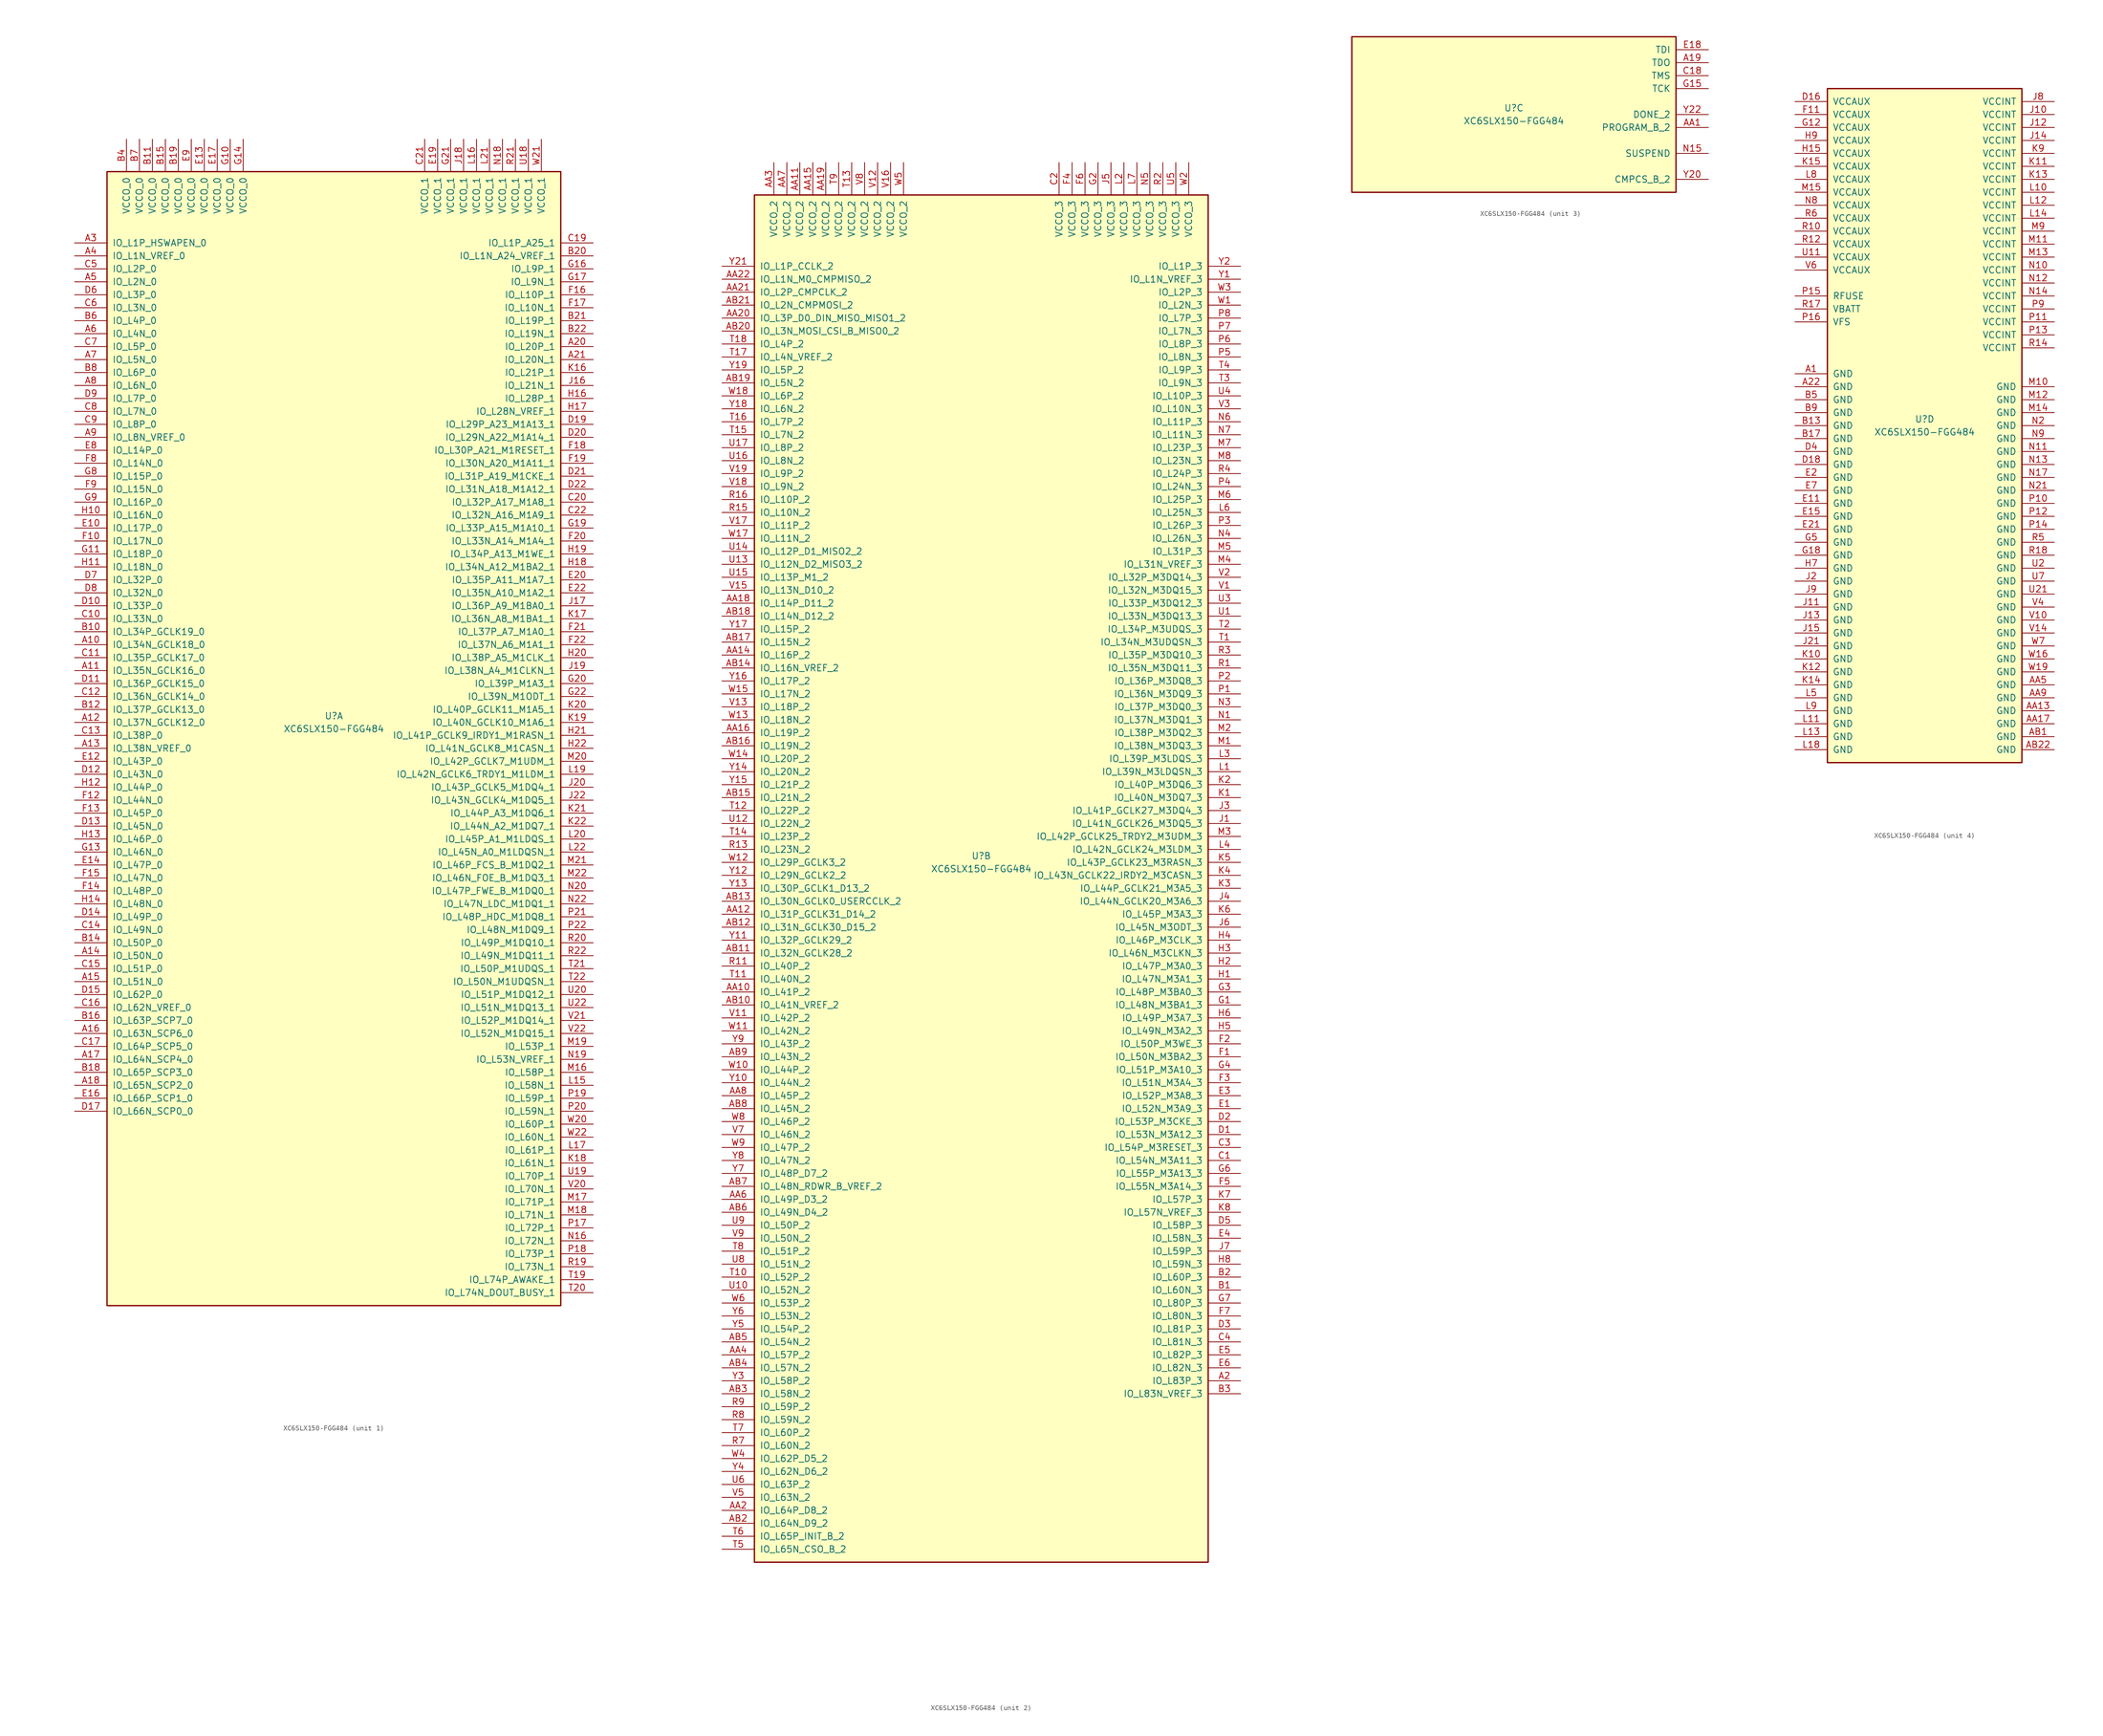
<source format=kicad_sym>
(kicad_symbol_lib
  (version 20201005)
  (generator kicad_symbol_editor)
  (symbol "FPGA_Xilinx_Spartan6:XC6SLX150-FGG484"
    (pin_names
      (offset 1.016))
    (property "Reference" "U"
      (at 0 1.27 0)
      (effects (font (size 1.27 1.27))))
    (property "Value" "XC6SLX150-FGG484"
      (at 0 -1.27 0)
      (effects (font (size 1.27 1.27))))
    (property "Datasheet" ""
      (at 0 0 0)
      (effects (font (size 1.27 1.27))))
    (property "ki_locked" ""
      (at 0 0 0)
      (effects (font (size 1.27 1.27))))
    (symbol "XC6SLX150-FGG484_1_1"
      (rectangle (start -44.45 107.95) (end 44.45 -114.3) (stroke (width 0.254)) (fill (type background)))
      (pin power_in line (at -40.64 114.3 270) (length 6.35) (name "VCCO_0" (effects (font (size 1.27 1.27)))) (number "B4" (effects (font (size 1.27 1.27)))))
      (pin power_in line (at -38.1 114.3 270) (length 6.35) (name "VCCO_0" (effects (font (size 1.27 1.27)))) (number "B7" (effects (font (size 1.27 1.27)))))
      (pin power_in line (at -35.56 114.3 270) (length 6.35) (name "VCCO_0" (effects (font (size 1.27 1.27)))) (number "B11" (effects (font (size 1.27 1.27)))))
      (pin power_in line (at -33.02 114.3 270) (length 6.35) (name "VCCO_0" (effects (font (size 1.27 1.27)))) (number "B15" (effects (font (size 1.27 1.27)))))
      (pin power_in line (at -30.48 114.3 270) (length 6.35) (name "VCCO_0" (effects (font (size 1.27 1.27)))) (number "B19" (effects (font (size 1.27 1.27)))))
      (pin power_in line (at -27.94 114.3 270) (length 6.35) (name "VCCO_0" (effects (font (size 1.27 1.27)))) (number "E9" (effects (font (size 1.27 1.27)))))
      (pin power_in line (at -25.4 114.3 270) (length 6.35) (name "VCCO_0" (effects (font (size 1.27 1.27)))) (number "E13" (effects (font (size 1.27 1.27)))))
      (pin power_in line (at -22.86 114.3 270) (length 6.35) (name "VCCO_0" (effects (font (size 1.27 1.27)))) (number "E17" (effects (font (size 1.27 1.27)))))
      (pin power_in line (at -20.32 114.3 270) (length 6.35) (name "VCCO_0" (effects (font (size 1.27 1.27)))) (number "G10" (effects (font (size 1.27 1.27)))))
      (pin power_in line (at -17.78 114.3 270) (length 6.35) (name "VCCO_0" (effects (font (size 1.27 1.27)))) (number "G14" (effects (font (size 1.27 1.27)))))
      (pin bidirectional line (at -50.8 93.98 0) (length 6.35) (name "IO_L1P_HSWAPEN_0" (effects (font (size 1.27 1.27)))) (number "A3" (effects (font (size 1.27 1.27)))))
      (pin bidirectional line (at -50.8 91.44 0) (length 6.35) (name "IO_L1N_VREF_0" (effects (font (size 1.27 1.27)))) (number "A4" (effects (font (size 1.27 1.27)))))
      (pin bidirectional line (at -50.8 88.9 0) (length 6.35) (name "IO_L2P_0" (effects (font (size 1.27 1.27)))) (number "C5" (effects (font (size 1.27 1.27)))))
      (pin bidirectional line (at -50.8 86.36 0) (length 6.35) (name "IO_L2N_0" (effects (font (size 1.27 1.27)))) (number "A5" (effects (font (size 1.27 1.27)))))
      (pin bidirectional line (at -50.8 83.82 0) (length 6.35) (name "IO_L3P_0" (effects (font (size 1.27 1.27)))) (number "D6" (effects (font (size 1.27 1.27)))))
      (pin bidirectional line (at -50.8 81.28 0) (length 6.35) (name "IO_L3N_0" (effects (font (size 1.27 1.27)))) (number "C6" (effects (font (size 1.27 1.27)))))
      (pin bidirectional line (at -50.8 78.74 0) (length 6.35) (name "IO_L4P_0" (effects (font (size 1.27 1.27)))) (number "B6" (effects (font (size 1.27 1.27)))))
      (pin bidirectional line (at -50.8 76.2 0) (length 6.35) (name "IO_L4N_0" (effects (font (size 1.27 1.27)))) (number "A6" (effects (font (size 1.27 1.27)))))
      (pin bidirectional line (at -50.8 73.66 0) (length 6.35) (name "IO_L5P_0" (effects (font (size 1.27 1.27)))) (number "C7" (effects (font (size 1.27 1.27)))))
      (pin bidirectional line (at -50.8 71.12 0) (length 6.35) (name "IO_L5N_0" (effects (font (size 1.27 1.27)))) (number "A7" (effects (font (size 1.27 1.27)))))
      (pin bidirectional line (at -50.8 68.58 0) (length 6.35) (name "IO_L6P_0" (effects (font (size 1.27 1.27)))) (number "B8" (effects (font (size 1.27 1.27)))))
      (pin bidirectional line (at -50.8 66.04 0) (length 6.35) (name "IO_L6N_0" (effects (font (size 1.27 1.27)))) (number "A8" (effects (font (size 1.27 1.27)))))
      (pin bidirectional line (at -50.8 63.5 0) (length 6.35) (name "IO_L7P_0" (effects (font (size 1.27 1.27)))) (number "D9" (effects (font (size 1.27 1.27)))))
      (pin bidirectional line (at -50.8 60.96 0) (length 6.35) (name "IO_L7N_0" (effects (font (size 1.27 1.27)))) (number "C8" (effects (font (size 1.27 1.27)))))
      (pin bidirectional line (at -50.8 58.42 0) (length 6.35) (name "IO_L8P_0" (effects (font (size 1.27 1.27)))) (number "C9" (effects (font (size 1.27 1.27)))))
      (pin bidirectional line (at -50.8 55.88 0) (length 6.35) (name "IO_L8N_VREF_0" (effects (font (size 1.27 1.27)))) (number "A9" (effects (font (size 1.27 1.27)))))
      (pin bidirectional line (at -50.8 53.34 0) (length 6.35) (name "IO_L14P_0" (effects (font (size 1.27 1.27)))) (number "E8" (effects (font (size 1.27 1.27)))))
      (pin bidirectional line (at -50.8 50.8 0) (length 6.35) (name "IO_L14N_0" (effects (font (size 1.27 1.27)))) (number "F8" (effects (font (size 1.27 1.27)))))
      (pin bidirectional line (at -50.8 48.26 0) (length 6.35) (name "IO_L15P_0" (effects (font (size 1.27 1.27)))) (number "G8" (effects (font (size 1.27 1.27)))))
      (pin bidirectional line (at -50.8 45.72 0) (length 6.35) (name "IO_L15N_0" (effects (font (size 1.27 1.27)))) (number "F9" (effects (font (size 1.27 1.27)))))
      (pin bidirectional line (at -50.8 43.18 0) (length 6.35) (name "IO_L16P_0" (effects (font (size 1.27 1.27)))) (number "G9" (effects (font (size 1.27 1.27)))))
      (pin bidirectional line (at -50.8 40.64 0) (length 6.35) (name "IO_L16N_0" (effects (font (size 1.27 1.27)))) (number "H10" (effects (font (size 1.27 1.27)))))
      (pin bidirectional line (at -50.8 38.1 0) (length 6.35) (name "IO_L17P_0" (effects (font (size 1.27 1.27)))) (number "E10" (effects (font (size 1.27 1.27)))))
      (pin bidirectional line (at -50.8 35.56 0) (length 6.35) (name "IO_L17N_0" (effects (font (size 1.27 1.27)))) (number "F10" (effects (font (size 1.27 1.27)))))
      (pin bidirectional line (at -50.8 33.02 0) (length 6.35) (name "IO_L18P_0" (effects (font (size 1.27 1.27)))) (number "G11" (effects (font (size 1.27 1.27)))))
      (pin bidirectional line (at -50.8 30.48 0) (length 6.35) (name "IO_L18N_0" (effects (font (size 1.27 1.27)))) (number "H11" (effects (font (size 1.27 1.27)))))
      (pin bidirectional line (at -50.8 27.94 0) (length 6.35) (name "IO_L32P_0" (effects (font (size 1.27 1.27)))) (number "D7" (effects (font (size 1.27 1.27)))))
      (pin bidirectional line (at -50.8 25.4 0) (length 6.35) (name "IO_L32N_0" (effects (font (size 1.27 1.27)))) (number "D8" (effects (font (size 1.27 1.27)))))
      (pin bidirectional line (at -50.8 22.86 0) (length 6.35) (name "IO_L33P_0" (effects (font (size 1.27 1.27)))) (number "D10" (effects (font (size 1.27 1.27)))))
      (pin bidirectional line (at -50.8 20.32 0) (length 6.35) (name "IO_L33N_0" (effects (font (size 1.27 1.27)))) (number "C10" (effects (font (size 1.27 1.27)))))
      (pin bidirectional line (at -50.8 17.78 0) (length 6.35) (name "IO_L34P_GCLK19_0" (effects (font (size 1.27 1.27)))) (number "B10" (effects (font (size 1.27 1.27)))))
      (pin bidirectional line (at -50.8 15.24 0) (length 6.35) (name "IO_L34N_GCLK18_0" (effects (font (size 1.27 1.27)))) (number "A10" (effects (font (size 1.27 1.27)))))
      (pin bidirectional line (at -50.8 12.7 0) (length 6.35) (name "IO_L35P_GCLK17_0" (effects (font (size 1.27 1.27)))) (number "C11" (effects (font (size 1.27 1.27)))))
      (pin bidirectional line (at -50.8 10.16 0) (length 6.35) (name "IO_L35N_GCLK16_0" (effects (font (size 1.27 1.27)))) (number "A11" (effects (font (size 1.27 1.27)))))
      (pin bidirectional line (at -50.8 7.62 0) (length 6.35) (name "IO_L36P_GCLK15_0" (effects (font (size 1.27 1.27)))) (number "D11" (effects (font (size 1.27 1.27)))))
      (pin bidirectional line (at -50.8 5.08 0) (length 6.35) (name "IO_L36N_GCLK14_0" (effects (font (size 1.27 1.27)))) (number "C12" (effects (font (size 1.27 1.27)))))
      (pin bidirectional line (at -50.8 2.54 0) (length 6.35) (name "IO_L37P_GCLK13_0" (effects (font (size 1.27 1.27)))) (number "B12" (effects (font (size 1.27 1.27)))))
      (pin bidirectional line (at -50.8 0 0) (length 6.35) (name "IO_L37N_GCLK12_0" (effects (font (size 1.27 1.27)))) (number "A12" (effects (font (size 1.27 1.27)))))
      (pin bidirectional line (at -50.8 -2.54 0) (length 6.35) (name "IO_L38P_0" (effects (font (size 1.27 1.27)))) (number "C13" (effects (font (size 1.27 1.27)))))
      (pin bidirectional line (at -50.8 -5.08 0) (length 6.35) (name "IO_L38N_VREF_0" (effects (font (size 1.27 1.27)))) (number "A13" (effects (font (size 1.27 1.27)))))
      (pin bidirectional line (at -50.8 -7.62 0) (length 6.35) (name "IO_L43P_0" (effects (font (size 1.27 1.27)))) (number "E12" (effects (font (size 1.27 1.27)))))
      (pin bidirectional line (at -50.8 -10.16 0) (length 6.35) (name "IO_L43N_0" (effects (font (size 1.27 1.27)))) (number "D12" (effects (font (size 1.27 1.27)))))
      (pin bidirectional line (at -50.8 -12.7 0) (length 6.35) (name "IO_L44P_0" (effects (font (size 1.27 1.27)))) (number "H12" (effects (font (size 1.27 1.27)))))
      (pin bidirectional line (at -50.8 -15.24 0) (length 6.35) (name "IO_L44N_0" (effects (font (size 1.27 1.27)))) (number "F12" (effects (font (size 1.27 1.27)))))
      (pin bidirectional line (at -50.8 -17.78 0) (length 6.35) (name "IO_L45P_0" (effects (font (size 1.27 1.27)))) (number "F13" (effects (font (size 1.27 1.27)))))
      (pin bidirectional line (at -50.8 -20.32 0) (length 6.35) (name "IO_L45N_0" (effects (font (size 1.27 1.27)))) (number "D13" (effects (font (size 1.27 1.27)))))
      (pin bidirectional line (at -50.8 -22.86 0) (length 6.35) (name "IO_L46P_0" (effects (font (size 1.27 1.27)))) (number "H13" (effects (font (size 1.27 1.27)))))
      (pin bidirectional line (at -50.8 -25.4 0) (length 6.35) (name "IO_L46N_0" (effects (font (size 1.27 1.27)))) (number "G13" (effects (font (size 1.27 1.27)))))
      (pin bidirectional line (at -50.8 -27.94 0) (length 6.35) (name "IO_L47P_0" (effects (font (size 1.27 1.27)))) (number "E14" (effects (font (size 1.27 1.27)))))
      (pin bidirectional line (at -50.8 -30.48 0) (length 6.35) (name "IO_L47N_0" (effects (font (size 1.27 1.27)))) (number "F15" (effects (font (size 1.27 1.27)))))
      (pin bidirectional line (at -50.8 -33.02 0) (length 6.35) (name "IO_L48P_0" (effects (font (size 1.27 1.27)))) (number "F14" (effects (font (size 1.27 1.27)))))
      (pin bidirectional line (at -50.8 -35.56 0) (length 6.35) (name "IO_L48N_0" (effects (font (size 1.27 1.27)))) (number "H14" (effects (font (size 1.27 1.27)))))
      (pin bidirectional line (at -50.8 -38.1 0) (length 6.35) (name "IO_L49P_0" (effects (font (size 1.27 1.27)))) (number "D14" (effects (font (size 1.27 1.27)))))
      (pin bidirectional line (at -50.8 -40.64 0) (length 6.35) (name "IO_L49N_0" (effects (font (size 1.27 1.27)))) (number "C14" (effects (font (size 1.27 1.27)))))
      (pin bidirectional line (at -50.8 -43.18 0) (length 6.35) (name "IO_L50P_0" (effects (font (size 1.27 1.27)))) (number "B14" (effects (font (size 1.27 1.27)))))
      (pin bidirectional line (at -50.8 -45.72 0) (length 6.35) (name "IO_L50N_0" (effects (font (size 1.27 1.27)))) (number "A14" (effects (font (size 1.27 1.27)))))
      (pin bidirectional line (at -50.8 -48.26 0) (length 6.35) (name "IO_L51P_0" (effects (font (size 1.27 1.27)))) (number "C15" (effects (font (size 1.27 1.27)))))
      (pin bidirectional line (at -50.8 -50.8 0) (length 6.35) (name "IO_L51N_0" (effects (font (size 1.27 1.27)))) (number "A15" (effects (font (size 1.27 1.27)))))
      (pin bidirectional line (at -50.8 -53.34 0) (length 6.35) (name "IO_L62P_0" (effects (font (size 1.27 1.27)))) (number "D15" (effects (font (size 1.27 1.27)))))
      (pin bidirectional line (at -50.8 -55.88 0) (length 6.35) (name "IO_L62N_VREF_0" (effects (font (size 1.27 1.27)))) (number "C16" (effects (font (size 1.27 1.27)))))
      (pin bidirectional line (at -50.8 -58.42 0) (length 6.35) (name "IO_L63P_SCP7_0" (effects (font (size 1.27 1.27)))) (number "B16" (effects (font (size 1.27 1.27)))))
      (pin bidirectional line (at -50.8 -60.96 0) (length 6.35) (name "IO_L63N_SCP6_0" (effects (font (size 1.27 1.27)))) (number "A16" (effects (font (size 1.27 1.27)))))
      (pin bidirectional line (at -50.8 -63.5 0) (length 6.35) (name "IO_L64P_SCP5_0" (effects (font (size 1.27 1.27)))) (number "C17" (effects (font (size 1.27 1.27)))))
      (pin bidirectional line (at -50.8 -66.04 0) (length 6.35) (name "IO_L64N_SCP4_0" (effects (font (size 1.27 1.27)))) (number "A17" (effects (font (size 1.27 1.27)))))
      (pin bidirectional line (at -50.8 -68.58 0) (length 6.35) (name "IO_L65P_SCP3_0" (effects (font (size 1.27 1.27)))) (number "B18" (effects (font (size 1.27 1.27)))))
      (pin bidirectional line (at -50.8 -71.12 0) (length 6.35) (name "IO_L65N_SCP2_0" (effects (font (size 1.27 1.27)))) (number "A18" (effects (font (size 1.27 1.27)))))
      (pin bidirectional line (at -50.8 -73.66 0) (length 6.35) (name "IO_L66P_SCP1_0" (effects (font (size 1.27 1.27)))) (number "E16" (effects (font (size 1.27 1.27)))))
      (pin bidirectional line (at -50.8 -76.2 0) (length 6.35) (name "IO_L66N_SCP0_0" (effects (font (size 1.27 1.27)))) (number "D17" (effects (font (size 1.27 1.27)))))
      (pin power_in line (at 17.78 114.3 270) (length 6.35) (name "VCCO_1" (effects (font (size 1.27 1.27)))) (number "C21" (effects (font (size 1.27 1.27)))))
      (pin power_in line (at 20.32 114.3 270) (length 6.35) (name "VCCO_1" (effects (font (size 1.27 1.27)))) (number "E19" (effects (font (size 1.27 1.27)))))
      (pin power_in line (at 22.86 114.3 270) (length 6.35) (name "VCCO_1" (effects (font (size 1.27 1.27)))) (number "G21" (effects (font (size 1.27 1.27)))))
      (pin power_in line (at 25.4 114.3 270) (length 6.35) (name "VCCO_1" (effects (font (size 1.27 1.27)))) (number "J18" (effects (font (size 1.27 1.27)))))
      (pin power_in line (at 27.94 114.3 270) (length 6.35) (name "VCCO_1" (effects (font (size 1.27 1.27)))) (number "L16" (effects (font (size 1.27 1.27)))))
      (pin power_in line (at 30.48 114.3 270) (length 6.35) (name "VCCO_1" (effects (font (size 1.27 1.27)))) (number "L21" (effects (font (size 1.27 1.27)))))
      (pin power_in line (at 33.02 114.3 270) (length 6.35) (name "VCCO_1" (effects (font (size 1.27 1.27)))) (number "N18" (effects (font (size 1.27 1.27)))))
      (pin power_in line (at 35.56 114.3 270) (length 6.35) (name "VCCO_1" (effects (font (size 1.27 1.27)))) (number "R21" (effects (font (size 1.27 1.27)))))
      (pin power_in line (at 38.1 114.3 270) (length 6.35) (name "VCCO_1" (effects (font (size 1.27 1.27)))) (number "U18" (effects (font (size 1.27 1.27)))))
      (pin power_in line (at 40.64 114.3 270) (length 6.35) (name "VCCO_1" (effects (font (size 1.27 1.27)))) (number "W21" (effects (font (size 1.27 1.27)))))
      (pin bidirectional line (at 50.8 93.98 180) (length 6.35) (name "IO_L1P_A25_1" (effects (font (size 1.27 1.27)))) (number "C19" (effects (font (size 1.27 1.27)))))
      (pin bidirectional line (at 50.8 91.44 180) (length 6.35) (name "IO_L1N_A24_VREF_1" (effects (font (size 1.27 1.27)))) (number "B20" (effects (font (size 1.27 1.27)))))
      (pin bidirectional line (at 50.8 88.9 180) (length 6.35) (name "IO_L9P_1" (effects (font (size 1.27 1.27)))) (number "G16" (effects (font (size 1.27 1.27)))))
      (pin bidirectional line (at 50.8 86.36 180) (length 6.35) (name "IO_L9N_1" (effects (font (size 1.27 1.27)))) (number "G17" (effects (font (size 1.27 1.27)))))
      (pin bidirectional line (at 50.8 83.82 180) (length 6.35) (name "IO_L10P_1" (effects (font (size 1.27 1.27)))) (number "F16" (effects (font (size 1.27 1.27)))))
      (pin bidirectional line (at 50.8 81.28 180) (length 6.35) (name "IO_L10N_1" (effects (font (size 1.27 1.27)))) (number "F17" (effects (font (size 1.27 1.27)))))
      (pin bidirectional line (at 50.8 78.74 180) (length 6.35) (name "IO_L19P_1" (effects (font (size 1.27 1.27)))) (number "B21" (effects (font (size 1.27 1.27)))))
      (pin bidirectional line (at 50.8 76.2 180) (length 6.35) (name "IO_L19N_1" (effects (font (size 1.27 1.27)))) (number "B22" (effects (font (size 1.27 1.27)))))
      (pin bidirectional line (at 50.8 73.66 180) (length 6.35) (name "IO_L20P_1" (effects (font (size 1.27 1.27)))) (number "A20" (effects (font (size 1.27 1.27)))))
      (pin bidirectional line (at 50.8 71.12 180) (length 6.35) (name "IO_L20N_1" (effects (font (size 1.27 1.27)))) (number "A21" (effects (font (size 1.27 1.27)))))
      (pin bidirectional line (at 50.8 68.58 180) (length 6.35) (name "IO_L21P_1" (effects (font (size 1.27 1.27)))) (number "K16" (effects (font (size 1.27 1.27)))))
      (pin bidirectional line (at 50.8 66.04 180) (length 6.35) (name "IO_L21N_1" (effects (font (size 1.27 1.27)))) (number "J16" (effects (font (size 1.27 1.27)))))
      (pin bidirectional line (at 50.8 63.5 180) (length 6.35) (name "IO_L28P_1" (effects (font (size 1.27 1.27)))) (number "H16" (effects (font (size 1.27 1.27)))))
      (pin bidirectional line (at 50.8 60.96 180) (length 6.35) (name "IO_L28N_VREF_1" (effects (font (size 1.27 1.27)))) (number "H17" (effects (font (size 1.27 1.27)))))
      (pin bidirectional line (at 50.8 58.42 180) (length 6.35) (name "IO_L29P_A23_M1A13_1" (effects (font (size 1.27 1.27)))) (number "D19" (effects (font (size 1.27 1.27)))))
      (pin bidirectional line (at 50.8 55.88 180) (length 6.35) (name "IO_L29N_A22_M1A14_1" (effects (font (size 1.27 1.27)))) (number "D20" (effects (font (size 1.27 1.27)))))
      (pin bidirectional line (at 50.8 53.34 180) (length 6.35) (name "IO_L30P_A21_M1RESET_1" (effects (font (size 1.27 1.27)))) (number "F18" (effects (font (size 1.27 1.27)))))
      (pin bidirectional line (at 50.8 50.8 180) (length 6.35) (name "IO_L30N_A20_M1A11_1" (effects (font (size 1.27 1.27)))) (number "F19" (effects (font (size 1.27 1.27)))))
      (pin bidirectional line (at 50.8 48.26 180) (length 6.35) (name "IO_L31P_A19_M1CKE_1" (effects (font (size 1.27 1.27)))) (number "D21" (effects (font (size 1.27 1.27)))))
      (pin bidirectional line (at 50.8 45.72 180) (length 6.35) (name "IO_L31N_A18_M1A12_1" (effects (font (size 1.27 1.27)))) (number "D22" (effects (font (size 1.27 1.27)))))
      (pin bidirectional line (at 50.8 43.18 180) (length 6.35) (name "IO_L32P_A17_M1A8_1" (effects (font (size 1.27 1.27)))) (number "C20" (effects (font (size 1.27 1.27)))))
      (pin bidirectional line (at 50.8 40.64 180) (length 6.35) (name "IO_L32N_A16_M1A9_1" (effects (font (size 1.27 1.27)))) (number "C22" (effects (font (size 1.27 1.27)))))
      (pin bidirectional line (at 50.8 38.1 180) (length 6.35) (name "IO_L33P_A15_M1A10_1" (effects (font (size 1.27 1.27)))) (number "G19" (effects (font (size 1.27 1.27)))))
      (pin bidirectional line (at 50.8 35.56 180) (length 6.35) (name "IO_L33N_A14_M1A4_1" (effects (font (size 1.27 1.27)))) (number "F20" (effects (font (size 1.27 1.27)))))
      (pin bidirectional line (at 50.8 33.02 180) (length 6.35) (name "IO_L34P_A13_M1WE_1" (effects (font (size 1.27 1.27)))) (number "H19" (effects (font (size 1.27 1.27)))))
      (pin bidirectional line (at 50.8 30.48 180) (length 6.35) (name "IO_L34N_A12_M1BA2_1" (effects (font (size 1.27 1.27)))) (number "H18" (effects (font (size 1.27 1.27)))))
      (pin bidirectional line (at 50.8 27.94 180) (length 6.35) (name "IO_L35P_A11_M1A7_1" (effects (font (size 1.27 1.27)))) (number "E20" (effects (font (size 1.27 1.27)))))
      (pin bidirectional line (at 50.8 25.4 180) (length 6.35) (name "IO_L35N_A10_M1A2_1" (effects (font (size 1.27 1.27)))) (number "E22" (effects (font (size 1.27 1.27)))))
      (pin bidirectional line (at 50.8 22.86 180) (length 6.35) (name "IO_L36P_A9_M1BA0_1" (effects (font (size 1.27 1.27)))) (number "J17" (effects (font (size 1.27 1.27)))))
      (pin bidirectional line (at 50.8 20.32 180) (length 6.35) (name "IO_L36N_A8_M1BA1_1" (effects (font (size 1.27 1.27)))) (number "K17" (effects (font (size 1.27 1.27)))))
      (pin bidirectional line (at 50.8 17.78 180) (length 6.35) (name "IO_L37P_A7_M1A0_1" (effects (font (size 1.27 1.27)))) (number "F21" (effects (font (size 1.27 1.27)))))
      (pin bidirectional line (at 50.8 15.24 180) (length 6.35) (name "IO_L37N_A6_M1A1_1" (effects (font (size 1.27 1.27)))) (number "F22" (effects (font (size 1.27 1.27)))))
      (pin bidirectional line (at 50.8 12.7 180) (length 6.35) (name "IO_L38P_A5_M1CLK_1" (effects (font (size 1.27 1.27)))) (number "H20" (effects (font (size 1.27 1.27)))))
      (pin bidirectional line (at 50.8 10.16 180) (length 6.35) (name "IO_L38N_A4_M1CLKN_1" (effects (font (size 1.27 1.27)))) (number "J19" (effects (font (size 1.27 1.27)))))
      (pin bidirectional line (at 50.8 7.62 180) (length 6.35) (name "IO_L39P_M1A3_1" (effects (font (size 1.27 1.27)))) (number "G20" (effects (font (size 1.27 1.27)))))
      (pin bidirectional line (at 50.8 5.08 180) (length 6.35) (name "IO_L39N_M1ODT_1" (effects (font (size 1.27 1.27)))) (number "G22" (effects (font (size 1.27 1.27)))))
      (pin bidirectional line (at 50.8 2.54 180) (length 6.35) (name "IO_L40P_GCLK11_M1A5_1" (effects (font (size 1.27 1.27)))) (number "K20" (effects (font (size 1.27 1.27)))))
      (pin bidirectional line (at 50.8 0 180) (length 6.35) (name "IO_L40N_GCLK10_M1A6_1" (effects (font (size 1.27 1.27)))) (number "K19" (effects (font (size 1.27 1.27)))))
      (pin bidirectional line (at 50.8 -2.54 180) (length 6.35) (name "IO_L41P_GCLK9_IRDY1_M1RASN_1" (effects (font (size 1.27 1.27)))) (number "H21" (effects (font (size 1.27 1.27)))))
      (pin bidirectional line (at 50.8 -5.08 180) (length 6.35) (name "IO_L41N_GCLK8_M1CASN_1" (effects (font (size 1.27 1.27)))) (number "H22" (effects (font (size 1.27 1.27)))))
      (pin bidirectional line (at 50.8 -7.62 180) (length 6.35) (name "IO_L42P_GCLK7_M1UDM_1" (effects (font (size 1.27 1.27)))) (number "M20" (effects (font (size 1.27 1.27)))))
      (pin bidirectional line (at 50.8 -10.16 180) (length 6.35) (name "IO_L42N_GCLK6_TRDY1_M1LDM_1" (effects (font (size 1.27 1.27)))) (number "L19" (effects (font (size 1.27 1.27)))))
      (pin bidirectional line (at 50.8 -12.7 180) (length 6.35) (name "IO_L43P_GCLK5_M1DQ4_1" (effects (font (size 1.27 1.27)))) (number "J20" (effects (font (size 1.27 1.27)))))
      (pin bidirectional line (at 50.8 -15.24 180) (length 6.35) (name "IO_L43N_GCLK4_M1DQ5_1" (effects (font (size 1.27 1.27)))) (number "J22" (effects (font (size 1.27 1.27)))))
      (pin bidirectional line (at 50.8 -17.78 180) (length 6.35) (name "IO_L44P_A3_M1DQ6_1" (effects (font (size 1.27 1.27)))) (number "K21" (effects (font (size 1.27 1.27)))))
      (pin bidirectional line (at 50.8 -20.32 180) (length 6.35) (name "IO_L44N_A2_M1DQ7_1" (effects (font (size 1.27 1.27)))) (number "K22" (effects (font (size 1.27 1.27)))))
      (pin bidirectional line (at 50.8 -22.86 180) (length 6.35) (name "IO_L45P_A1_M1LDQS_1" (effects (font (size 1.27 1.27)))) (number "L20" (effects (font (size 1.27 1.27)))))
      (pin bidirectional line (at 50.8 -25.4 180) (length 6.35) (name "IO_L45N_A0_M1LDQSN_1" (effects (font (size 1.27 1.27)))) (number "L22" (effects (font (size 1.27 1.27)))))
      (pin bidirectional line (at 50.8 -27.94 180) (length 6.35) (name "IO_L46P_FCS_B_M1DQ2_1" (effects (font (size 1.27 1.27)))) (number "M21" (effects (font (size 1.27 1.27)))))
      (pin bidirectional line (at 50.8 -30.48 180) (length 6.35) (name "IO_L46N_FOE_B_M1DQ3_1" (effects (font (size 1.27 1.27)))) (number "M22" (effects (font (size 1.27 1.27)))))
      (pin bidirectional line (at 50.8 -33.02 180) (length 6.35) (name "IO_L47P_FWE_B_M1DQ0_1" (effects (font (size 1.27 1.27)))) (number "N20" (effects (font (size 1.27 1.27)))))
      (pin bidirectional line (at 50.8 -35.56 180) (length 6.35) (name "IO_L47N_LDC_M1DQ1_1" (effects (font (size 1.27 1.27)))) (number "N22" (effects (font (size 1.27 1.27)))))
      (pin bidirectional line (at 50.8 -38.1 180) (length 6.35) (name "IO_L48P_HDC_M1DQ8_1" (effects (font (size 1.27 1.27)))) (number "P21" (effects (font (size 1.27 1.27)))))
      (pin bidirectional line (at 50.8 -40.64 180) (length 6.35) (name "IO_L48N_M1DQ9_1" (effects (font (size 1.27 1.27)))) (number "P22" (effects (font (size 1.27 1.27)))))
      (pin bidirectional line (at 50.8 -43.18 180) (length 6.35) (name "IO_L49P_M1DQ10_1" (effects (font (size 1.27 1.27)))) (number "R20" (effects (font (size 1.27 1.27)))))
      (pin bidirectional line (at 50.8 -45.72 180) (length 6.35) (name "IO_L49N_M1DQ11_1" (effects (font (size 1.27 1.27)))) (number "R22" (effects (font (size 1.27 1.27)))))
      (pin bidirectional line (at 50.8 -48.26 180) (length 6.35) (name "IO_L50P_M1UDQS_1" (effects (font (size 1.27 1.27)))) (number "T21" (effects (font (size 1.27 1.27)))))
      (pin bidirectional line (at 50.8 -50.8 180) (length 6.35) (name "IO_L50N_M1UDQSN_1" (effects (font (size 1.27 1.27)))) (number "T22" (effects (font (size 1.27 1.27)))))
      (pin bidirectional line (at 50.8 -53.34 180) (length 6.35) (name "IO_L51P_M1DQ12_1" (effects (font (size 1.27 1.27)))) (number "U20" (effects (font (size 1.27 1.27)))))
      (pin bidirectional line (at 50.8 -55.88 180) (length 6.35) (name "IO_L51N_M1DQ13_1" (effects (font (size 1.27 1.27)))) (number "U22" (effects (font (size 1.27 1.27)))))
      (pin bidirectional line (at 50.8 -58.42 180) (length 6.35) (name "IO_L52P_M1DQ14_1" (effects (font (size 1.27 1.27)))) (number "V21" (effects (font (size 1.27 1.27)))))
      (pin bidirectional line (at 50.8 -60.96 180) (length 6.35) (name "IO_L52N_M1DQ15_1" (effects (font (size 1.27 1.27)))) (number "V22" (effects (font (size 1.27 1.27)))))
      (pin bidirectional line (at 50.8 -63.5 180) (length 6.35) (name "IO_L53P_1" (effects (font (size 1.27 1.27)))) (number "M19" (effects (font (size 1.27 1.27)))))
      (pin bidirectional line (at 50.8 -66.04 180) (length 6.35) (name "IO_L53N_VREF_1" (effects (font (size 1.27 1.27)))) (number "N19" (effects (font (size 1.27 1.27)))))
      (pin bidirectional line (at 50.8 -68.58 180) (length 6.35) (name "IO_L58P_1" (effects (font (size 1.27 1.27)))) (number "M16" (effects (font (size 1.27 1.27)))))
      (pin bidirectional line (at 50.8 -71.12 180) (length 6.35) (name "IO_L58N_1" (effects (font (size 1.27 1.27)))) (number "L15" (effects (font (size 1.27 1.27)))))
      (pin bidirectional line (at 50.8 -73.66 180) (length 6.35) (name "IO_L59P_1" (effects (font (size 1.27 1.27)))) (number "P19" (effects (font (size 1.27 1.27)))))
      (pin bidirectional line (at 50.8 -76.2 180) (length 6.35) (name "IO_L59N_1" (effects (font (size 1.27 1.27)))) (number "P20" (effects (font (size 1.27 1.27)))))
      (pin bidirectional line (at 50.8 -78.74 180) (length 6.35) (name "IO_L60P_1" (effects (font (size 1.27 1.27)))) (number "W20" (effects (font (size 1.27 1.27)))))
      (pin bidirectional line (at 50.8 -81.28 180) (length 6.35) (name "IO_L60N_1" (effects (font (size 1.27 1.27)))) (number "W22" (effects (font (size 1.27 1.27)))))
      (pin bidirectional line (at 50.8 -83.82 180) (length 6.35) (name "IO_L61P_1" (effects (font (size 1.27 1.27)))) (number "L17" (effects (font (size 1.27 1.27)))))
      (pin bidirectional line (at 50.8 -86.36 180) (length 6.35) (name "IO_L61N_1" (effects (font (size 1.27 1.27)))) (number "K18" (effects (font (size 1.27 1.27)))))
      (pin bidirectional line (at 50.8 -88.9 180) (length 6.35) (name "IO_L70P_1" (effects (font (size 1.27 1.27)))) (number "U19" (effects (font (size 1.27 1.27)))))
      (pin bidirectional line (at 50.8 -91.44 180) (length 6.35) (name "IO_L70N_1" (effects (font (size 1.27 1.27)))) (number "V20" (effects (font (size 1.27 1.27)))))
      (pin bidirectional line (at 50.8 -93.98 180) (length 6.35) (name "IO_L71P_1" (effects (font (size 1.27 1.27)))) (number "M17" (effects (font (size 1.27 1.27)))))
      (pin bidirectional line (at 50.8 -96.52 180) (length 6.35) (name "IO_L71N_1" (effects (font (size 1.27 1.27)))) (number "M18" (effects (font (size 1.27 1.27)))))
      (pin bidirectional line (at 50.8 -99.06 180) (length 6.35) (name "IO_L72P_1" (effects (font (size 1.27 1.27)))) (number "P17" (effects (font (size 1.27 1.27)))))
      (pin bidirectional line (at 50.8 -101.6 180) (length 6.35) (name "IO_L72N_1" (effects (font (size 1.27 1.27)))) (number "N16" (effects (font (size 1.27 1.27)))))
      (pin bidirectional line (at 50.8 -104.14 180) (length 6.35) (name "IO_L73P_1" (effects (font (size 1.27 1.27)))) (number "P18" (effects (font (size 1.27 1.27)))))
      (pin bidirectional line (at 50.8 -106.68 180) (length 6.35) (name "IO_L73N_1" (effects (font (size 1.27 1.27)))) (number "R19" (effects (font (size 1.27 1.27)))))
      (pin bidirectional line (at 50.8 -109.22 180) (length 6.35) (name "IO_L74P_AWAKE_1" (effects (font (size 1.27 1.27)))) (number "T19" (effects (font (size 1.27 1.27)))))
      (pin bidirectional line (at 50.8 -111.76 180) (length 6.35) (name "IO_L74N_DOUT_BUSY_1" (effects (font (size 1.27 1.27)))) (number "T20" (effects (font (size 1.27 1.27))))))
    (symbol "XC6SLX150-FGG484_2_1"
      (rectangle (start -44.45 130.81) (end 44.45 -137.16) (stroke (width 0.254)) (fill (type background)))
      (pin power_in line (at -40.64 137.16 270) (length 6.35) (name "VCCO_2" (effects (font (size 1.27 1.27)))) (number "AA3" (effects (font (size 1.27 1.27)))))
      (pin power_in line (at -38.1 137.16 270) (length 6.35) (name "VCCO_2" (effects (font (size 1.27 1.27)))) (number "AA7" (effects (font (size 1.27 1.27)))))
      (pin power_in line (at -35.56 137.16 270) (length 6.35) (name "VCCO_2" (effects (font (size 1.27 1.27)))) (number "AA11" (effects (font (size 1.27 1.27)))))
      (pin power_in line (at -33.02 137.16 270) (length 6.35) (name "VCCO_2" (effects (font (size 1.27 1.27)))) (number "AA15" (effects (font (size 1.27 1.27)))))
      (pin power_in line (at -30.48 137.16 270) (length 6.35) (name "VCCO_2" (effects (font (size 1.27 1.27)))) (number "AA19" (effects (font (size 1.27 1.27)))))
      (pin power_in line (at -27.94 137.16 270) (length 6.35) (name "VCCO_2" (effects (font (size 1.27 1.27)))) (number "T9" (effects (font (size 1.27 1.27)))))
      (pin power_in line (at -25.4 137.16 270) (length 6.35) (name "VCCO_2" (effects (font (size 1.27 1.27)))) (number "T13" (effects (font (size 1.27 1.27)))))
      (pin power_in line (at -22.86 137.16 270) (length 6.35) (name "VCCO_2" (effects (font (size 1.27 1.27)))) (number "V8" (effects (font (size 1.27 1.27)))))
      (pin power_in line (at -20.32 137.16 270) (length 6.35) (name "VCCO_2" (effects (font (size 1.27 1.27)))) (number "V12" (effects (font (size 1.27 1.27)))))
      (pin power_in line (at -17.78 137.16 270) (length 6.35) (name "VCCO_2" (effects (font (size 1.27 1.27)))) (number "V16" (effects (font (size 1.27 1.27)))))
      (pin power_in line (at -15.24 137.16 270) (length 6.35) (name "VCCO_2" (effects (font (size 1.27 1.27)))) (number "W5" (effects (font (size 1.27 1.27)))))
      (pin bidirectional line (at -50.8 116.84 0) (length 6.35) (name "IO_L1P_CCLK_2" (effects (font (size 1.27 1.27)))) (number "Y21" (effects (font (size 1.27 1.27)))))
      (pin bidirectional line (at -50.8 114.3 0) (length 6.35) (name "IO_L1N_M0_CMPMISO_2" (effects (font (size 1.27 1.27)))) (number "AA22" (effects (font (size 1.27 1.27)))))
      (pin bidirectional line (at -50.8 111.76 0) (length 6.35) (name "IO_L2P_CMPCLK_2" (effects (font (size 1.27 1.27)))) (number "AA21" (effects (font (size 1.27 1.27)))))
      (pin bidirectional line (at -50.8 109.22 0) (length 6.35) (name "IO_L2N_CMPMOSI_2" (effects (font (size 1.27 1.27)))) (number "AB21" (effects (font (size 1.27 1.27)))))
      (pin bidirectional line (at -50.8 106.68 0) (length 6.35) (name "IO_L3P_D0_DIN_MISO_MISO1_2" (effects (font (size 1.27 1.27)))) (number "AA20" (effects (font (size 1.27 1.27)))))
      (pin bidirectional line (at -50.8 104.14 0) (length 6.35) (name "IO_L3N_MOSI_CSI_B_MISO0_2" (effects (font (size 1.27 1.27)))) (number "AB20" (effects (font (size 1.27 1.27)))))
      (pin bidirectional line (at -50.8 101.6 0) (length 6.35) (name "IO_L4P_2" (effects (font (size 1.27 1.27)))) (number "T18" (effects (font (size 1.27 1.27)))))
      (pin bidirectional line (at -50.8 99.06 0) (length 6.35) (name "IO_L4N_VREF_2" (effects (font (size 1.27 1.27)))) (number "T17" (effects (font (size 1.27 1.27)))))
      (pin bidirectional line (at -50.8 96.52 0) (length 6.35) (name "IO_L5P_2" (effects (font (size 1.27 1.27)))) (number "Y19" (effects (font (size 1.27 1.27)))))
      (pin bidirectional line (at -50.8 93.98 0) (length 6.35) (name "IO_L5N_2" (effects (font (size 1.27 1.27)))) (number "AB19" (effects (font (size 1.27 1.27)))))
      (pin bidirectional line (at -50.8 91.44 0) (length 6.35) (name "IO_L6P_2" (effects (font (size 1.27 1.27)))) (number "W18" (effects (font (size 1.27 1.27)))))
      (pin bidirectional line (at -50.8 88.9 0) (length 6.35) (name "IO_L6N_2" (effects (font (size 1.27 1.27)))) (number "Y18" (effects (font (size 1.27 1.27)))))
      (pin bidirectional line (at -50.8 86.36 0) (length 6.35) (name "IO_L7P_2" (effects (font (size 1.27 1.27)))) (number "T16" (effects (font (size 1.27 1.27)))))
      (pin bidirectional line (at -50.8 83.82 0) (length 6.35) (name "IO_L7N_2" (effects (font (size 1.27 1.27)))) (number "T15" (effects (font (size 1.27 1.27)))))
      (pin bidirectional line (at -50.8 81.28 0) (length 6.35) (name "IO_L8P_2" (effects (font (size 1.27 1.27)))) (number "U17" (effects (font (size 1.27 1.27)))))
      (pin bidirectional line (at -50.8 78.74 0) (length 6.35) (name "IO_L8N_2" (effects (font (size 1.27 1.27)))) (number "U16" (effects (font (size 1.27 1.27)))))
      (pin bidirectional line (at -50.8 76.2 0) (length 6.35) (name "IO_L9P_2" (effects (font (size 1.27 1.27)))) (number "V19" (effects (font (size 1.27 1.27)))))
      (pin bidirectional line (at -50.8 73.66 0) (length 6.35) (name "IO_L9N_2" (effects (font (size 1.27 1.27)))) (number "V18" (effects (font (size 1.27 1.27)))))
      (pin bidirectional line (at -50.8 71.12 0) (length 6.35) (name "IO_L10P_2" (effects (font (size 1.27 1.27)))) (number "R16" (effects (font (size 1.27 1.27)))))
      (pin bidirectional line (at -50.8 68.58 0) (length 6.35) (name "IO_L10N_2" (effects (font (size 1.27 1.27)))) (number "R15" (effects (font (size 1.27 1.27)))))
      (pin bidirectional line (at -50.8 66.04 0) (length 6.35) (name "IO_L11P_2" (effects (font (size 1.27 1.27)))) (number "V17" (effects (font (size 1.27 1.27)))))
      (pin bidirectional line (at -50.8 63.5 0) (length 6.35) (name "IO_L11N_2" (effects (font (size 1.27 1.27)))) (number "W17" (effects (font (size 1.27 1.27)))))
      (pin bidirectional line (at -50.8 60.96 0) (length 6.35) (name "IO_L12P_D1_MISO2_2" (effects (font (size 1.27 1.27)))) (number "U14" (effects (font (size 1.27 1.27)))))
      (pin bidirectional line (at -50.8 58.42 0) (length 6.35) (name "IO_L12N_D2_MISO3_2" (effects (font (size 1.27 1.27)))) (number "U13" (effects (font (size 1.27 1.27)))))
      (pin bidirectional line (at -50.8 55.88 0) (length 6.35) (name "IO_L13P_M1_2" (effects (font (size 1.27 1.27)))) (number "U15" (effects (font (size 1.27 1.27)))))
      (pin bidirectional line (at -50.8 53.34 0) (length 6.35) (name "IO_L13N_D10_2" (effects (font (size 1.27 1.27)))) (number "V15" (effects (font (size 1.27 1.27)))))
      (pin bidirectional line (at -50.8 50.8 0) (length 6.35) (name "IO_L14P_D11_2" (effects (font (size 1.27 1.27)))) (number "AA18" (effects (font (size 1.27 1.27)))))
      (pin bidirectional line (at -50.8 48.26 0) (length 6.35) (name "IO_L14N_D12_2" (effects (font (size 1.27 1.27)))) (number "AB18" (effects (font (size 1.27 1.27)))))
      (pin bidirectional line (at -50.8 45.72 0) (length 6.35) (name "IO_L15P_2" (effects (font (size 1.27 1.27)))) (number "Y17" (effects (font (size 1.27 1.27)))))
      (pin bidirectional line (at -50.8 43.18 0) (length 6.35) (name "IO_L15N_2" (effects (font (size 1.27 1.27)))) (number "AB17" (effects (font (size 1.27 1.27)))))
      (pin bidirectional line (at -50.8 40.64 0) (length 6.35) (name "IO_L16P_2" (effects (font (size 1.27 1.27)))) (number "AA14" (effects (font (size 1.27 1.27)))))
      (pin bidirectional line (at -50.8 38.1 0) (length 6.35) (name "IO_L16N_VREF_2" (effects (font (size 1.27 1.27)))) (number "AB14" (effects (font (size 1.27 1.27)))))
      (pin bidirectional line (at -50.8 35.56 0) (length 6.35) (name "IO_L17P_2" (effects (font (size 1.27 1.27)))) (number "Y16" (effects (font (size 1.27 1.27)))))
      (pin bidirectional line (at -50.8 33.02 0) (length 6.35) (name "IO_L17N_2" (effects (font (size 1.27 1.27)))) (number "W15" (effects (font (size 1.27 1.27)))))
      (pin bidirectional line (at -50.8 30.48 0) (length 6.35) (name "IO_L18P_2" (effects (font (size 1.27 1.27)))) (number "V13" (effects (font (size 1.27 1.27)))))
      (pin bidirectional line (at -50.8 27.94 0) (length 6.35) (name "IO_L18N_2" (effects (font (size 1.27 1.27)))) (number "W13" (effects (font (size 1.27 1.27)))))
      (pin bidirectional line (at -50.8 25.4 0) (length 6.35) (name "IO_L19P_2" (effects (font (size 1.27 1.27)))) (number "AA16" (effects (font (size 1.27 1.27)))))
      (pin bidirectional line (at -50.8 22.86 0) (length 6.35) (name "IO_L19N_2" (effects (font (size 1.27 1.27)))) (number "AB16" (effects (font (size 1.27 1.27)))))
      (pin bidirectional line (at -50.8 20.32 0) (length 6.35) (name "IO_L20P_2" (effects (font (size 1.27 1.27)))) (number "W14" (effects (font (size 1.27 1.27)))))
      (pin bidirectional line (at -50.8 17.78 0) (length 6.35) (name "IO_L20N_2" (effects (font (size 1.27 1.27)))) (number "Y14" (effects (font (size 1.27 1.27)))))
      (pin bidirectional line (at -50.8 15.24 0) (length 6.35) (name "IO_L21P_2" (effects (font (size 1.27 1.27)))) (number "Y15" (effects (font (size 1.27 1.27)))))
      (pin bidirectional line (at -50.8 12.7 0) (length 6.35) (name "IO_L21N_2" (effects (font (size 1.27 1.27)))) (number "AB15" (effects (font (size 1.27 1.27)))))
      (pin bidirectional line (at -50.8 10.16 0) (length 6.35) (name "IO_L22P_2" (effects (font (size 1.27 1.27)))) (number "T12" (effects (font (size 1.27 1.27)))))
      (pin bidirectional line (at -50.8 7.62 0) (length 6.35) (name "IO_L22N_2" (effects (font (size 1.27 1.27)))) (number "U12" (effects (font (size 1.27 1.27)))))
      (pin bidirectional line (at -50.8 5.08 0) (length 6.35) (name "IO_L23P_2" (effects (font (size 1.27 1.27)))) (number "T14" (effects (font (size 1.27 1.27)))))
      (pin bidirectional line (at -50.8 2.54 0) (length 6.35) (name "IO_L23N_2" (effects (font (size 1.27 1.27)))) (number "R13" (effects (font (size 1.27 1.27)))))
      (pin bidirectional line (at -50.8 0 0) (length 6.35) (name "IO_L29P_GCLK3_2" (effects (font (size 1.27 1.27)))) (number "W12" (effects (font (size 1.27 1.27)))))
      (pin bidirectional line (at -50.8 -2.54 0) (length 6.35) (name "IO_L29N_GCLK2_2" (effects (font (size 1.27 1.27)))) (number "Y12" (effects (font (size 1.27 1.27)))))
      (pin bidirectional line (at -50.8 -5.08 0) (length 6.35) (name "IO_L30P_GCLK1_D13_2" (effects (font (size 1.27 1.27)))) (number "Y13" (effects (font (size 1.27 1.27)))))
      (pin bidirectional line (at -50.8 -7.62 0) (length 6.35) (name "IO_L30N_GCLK0_USERCCLK_2" (effects (font (size 1.27 1.27)))) (number "AB13" (effects (font (size 1.27 1.27)))))
      (pin bidirectional line (at -50.8 -10.16 0) (length 6.35) (name "IO_L31P_GCLK31_D14_2" (effects (font (size 1.27 1.27)))) (number "AA12" (effects (font (size 1.27 1.27)))))
      (pin bidirectional line (at -50.8 -12.7 0) (length 6.35) (name "IO_L31N_GCLK30_D15_2" (effects (font (size 1.27 1.27)))) (number "AB12" (effects (font (size 1.27 1.27)))))
      (pin bidirectional line (at -50.8 -15.24 0) (length 6.35) (name "IO_L32P_GCLK29_2" (effects (font (size 1.27 1.27)))) (number "Y11" (effects (font (size 1.27 1.27)))))
      (pin bidirectional line (at -50.8 -17.78 0) (length 6.35) (name "IO_L32N_GCLK28_2" (effects (font (size 1.27 1.27)))) (number "AB11" (effects (font (size 1.27 1.27)))))
      (pin bidirectional line (at -50.8 -20.32 0) (length 6.35) (name "IO_L40P_2" (effects (font (size 1.27 1.27)))) (number "R11" (effects (font (size 1.27 1.27)))))
      (pin bidirectional line (at -50.8 -22.86 0) (length 6.35) (name "IO_L40N_2" (effects (font (size 1.27 1.27)))) (number "T11" (effects (font (size 1.27 1.27)))))
      (pin bidirectional line (at -50.8 -25.4 0) (length 6.35) (name "IO_L41P_2" (effects (font (size 1.27 1.27)))) (number "AA10" (effects (font (size 1.27 1.27)))))
      (pin bidirectional line (at -50.8 -27.94 0) (length 6.35) (name "IO_L41N_VREF_2" (effects (font (size 1.27 1.27)))) (number "AB10" (effects (font (size 1.27 1.27)))))
      (pin bidirectional line (at -50.8 -30.48 0) (length 6.35) (name "IO_L42P_2" (effects (font (size 1.27 1.27)))) (number "V11" (effects (font (size 1.27 1.27)))))
      (pin bidirectional line (at -50.8 -33.02 0) (length 6.35) (name "IO_L42N_2" (effects (font (size 1.27 1.27)))) (number "W11" (effects (font (size 1.27 1.27)))))
      (pin bidirectional line (at -50.8 -35.56 0) (length 6.35) (name "IO_L43P_2" (effects (font (size 1.27 1.27)))) (number "Y9" (effects (font (size 1.27 1.27)))))
      (pin bidirectional line (at -50.8 -38.1 0) (length 6.35) (name "IO_L43N_2" (effects (font (size 1.27 1.27)))) (number "AB9" (effects (font (size 1.27 1.27)))))
      (pin bidirectional line (at -50.8 -40.64 0) (length 6.35) (name "IO_L44P_2" (effects (font (size 1.27 1.27)))) (number "W10" (effects (font (size 1.27 1.27)))))
      (pin bidirectional line (at -50.8 -43.18 0) (length 6.35) (name "IO_L44N_2" (effects (font (size 1.27 1.27)))) (number "Y10" (effects (font (size 1.27 1.27)))))
      (pin bidirectional line (at -50.8 -45.72 0) (length 6.35) (name "IO_L45P_2" (effects (font (size 1.27 1.27)))) (number "AA8" (effects (font (size 1.27 1.27)))))
      (pin bidirectional line (at -50.8 -48.26 0) (length 6.35) (name "IO_L45N_2" (effects (font (size 1.27 1.27)))) (number "AB8" (effects (font (size 1.27 1.27)))))
      (pin bidirectional line (at -50.8 -50.8 0) (length 6.35) (name "IO_L46P_2" (effects (font (size 1.27 1.27)))) (number "W8" (effects (font (size 1.27 1.27)))))
      (pin bidirectional line (at -50.8 -53.34 0) (length 6.35) (name "IO_L46N_2" (effects (font (size 1.27 1.27)))) (number "V7" (effects (font (size 1.27 1.27)))))
      (pin bidirectional line (at -50.8 -55.88 0) (length 6.35) (name "IO_L47P_2" (effects (font (size 1.27 1.27)))) (number "W9" (effects (font (size 1.27 1.27)))))
      (pin bidirectional line (at -50.8 -58.42 0) (length 6.35) (name "IO_L47N_2" (effects (font (size 1.27 1.27)))) (number "Y8" (effects (font (size 1.27 1.27)))))
      (pin bidirectional line (at -50.8 -60.96 0) (length 6.35) (name "IO_L48P_D7_2" (effects (font (size 1.27 1.27)))) (number "Y7" (effects (font (size 1.27 1.27)))))
      (pin bidirectional line (at -50.8 -63.5 0) (length 6.35) (name "IO_L48N_RDWR_B_VREF_2" (effects (font (size 1.27 1.27)))) (number "AB7" (effects (font (size 1.27 1.27)))))
      (pin bidirectional line (at -50.8 -66.04 0) (length 6.35) (name "IO_L49P_D3_2" (effects (font (size 1.27 1.27)))) (number "AA6" (effects (font (size 1.27 1.27)))))
      (pin bidirectional line (at -50.8 -68.58 0) (length 6.35) (name "IO_L49N_D4_2" (effects (font (size 1.27 1.27)))) (number "AB6" (effects (font (size 1.27 1.27)))))
      (pin bidirectional line (at -50.8 -71.12 0) (length 6.35) (name "IO_L50P_2" (effects (font (size 1.27 1.27)))) (number "U9" (effects (font (size 1.27 1.27)))))
      (pin bidirectional line (at -50.8 -73.66 0) (length 6.35) (name "IO_L50N_2" (effects (font (size 1.27 1.27)))) (number "V9" (effects (font (size 1.27 1.27)))))
      (pin bidirectional line (at -50.8 -76.2 0) (length 6.35) (name "IO_L51P_2" (effects (font (size 1.27 1.27)))) (number "T8" (effects (font (size 1.27 1.27)))))
      (pin bidirectional line (at -50.8 -78.74 0) (length 6.35) (name "IO_L51N_2" (effects (font (size 1.27 1.27)))) (number "U8" (effects (font (size 1.27 1.27)))))
      (pin bidirectional line (at -50.8 -81.28 0) (length 6.35) (name "IO_L52P_2" (effects (font (size 1.27 1.27)))) (number "T10" (effects (font (size 1.27 1.27)))))
      (pin bidirectional line (at -50.8 -83.82 0) (length 6.35) (name "IO_L52N_2" (effects (font (size 1.27 1.27)))) (number "U10" (effects (font (size 1.27 1.27)))))
      (pin bidirectional line (at -50.8 -86.36 0) (length 6.35) (name "IO_L53P_2" (effects (font (size 1.27 1.27)))) (number "W6" (effects (font (size 1.27 1.27)))))
      (pin bidirectional line (at -50.8 -88.9 0) (length 6.35) (name "IO_L53N_2" (effects (font (size 1.27 1.27)))) (number "Y6" (effects (font (size 1.27 1.27)))))
      (pin bidirectional line (at -50.8 -91.44 0) (length 6.35) (name "IO_L54P_2" (effects (font (size 1.27 1.27)))) (number "Y5" (effects (font (size 1.27 1.27)))))
      (pin bidirectional line (at -50.8 -93.98 0) (length 6.35) (name "IO_L54N_2" (effects (font (size 1.27 1.27)))) (number "AB5" (effects (font (size 1.27 1.27)))))
      (pin bidirectional line (at -50.8 -96.52 0) (length 6.35) (name "IO_L57P_2" (effects (font (size 1.27 1.27)))) (number "AA4" (effects (font (size 1.27 1.27)))))
      (pin bidirectional line (at -50.8 -99.06 0) (length 6.35) (name "IO_L57N_2" (effects (font (size 1.27 1.27)))) (number "AB4" (effects (font (size 1.27 1.27)))))
      (pin bidirectional line (at -50.8 -101.6 0) (length 6.35) (name "IO_L58P_2" (effects (font (size 1.27 1.27)))) (number "Y3" (effects (font (size 1.27 1.27)))))
      (pin bidirectional line (at -50.8 -104.14 0) (length 6.35) (name "IO_L58N_2" (effects (font (size 1.27 1.27)))) (number "AB3" (effects (font (size 1.27 1.27)))))
      (pin bidirectional line (at -50.8 -106.68 0) (length 6.35) (name "IO_L59P_2" (effects (font (size 1.27 1.27)))) (number "R9" (effects (font (size 1.27 1.27)))))
      (pin bidirectional line (at -50.8 -109.22 0) (length 6.35) (name "IO_L59N_2" (effects (font (size 1.27 1.27)))) (number "R8" (effects (font (size 1.27 1.27)))))
      (pin bidirectional line (at -50.8 -111.76 0) (length 6.35) (name "IO_L60P_2" (effects (font (size 1.27 1.27)))) (number "T7" (effects (font (size 1.27 1.27)))))
      (pin bidirectional line (at -50.8 -114.3 0) (length 6.35) (name "IO_L60N_2" (effects (font (size 1.27 1.27)))) (number "R7" (effects (font (size 1.27 1.27)))))
      (pin bidirectional line (at -50.8 -116.84 0) (length 6.35) (name "IO_L62P_D5_2" (effects (font (size 1.27 1.27)))) (number "W4" (effects (font (size 1.27 1.27)))))
      (pin bidirectional line (at -50.8 -119.38 0) (length 6.35) (name "IO_L62N_D6_2" (effects (font (size 1.27 1.27)))) (number "Y4" (effects (font (size 1.27 1.27)))))
      (pin bidirectional line (at -50.8 -121.92 0) (length 6.35) (name "IO_L63P_2" (effects (font (size 1.27 1.27)))) (number "U6" (effects (font (size 1.27 1.27)))))
      (pin bidirectional line (at -50.8 -124.46 0) (length 6.35) (name "IO_L63N_2" (effects (font (size 1.27 1.27)))) (number "V5" (effects (font (size 1.27 1.27)))))
      (pin bidirectional line (at -50.8 -127 0) (length 6.35) (name "IO_L64P_D8_2" (effects (font (size 1.27 1.27)))) (number "AA2" (effects (font (size 1.27 1.27)))))
      (pin bidirectional line (at -50.8 -129.54 0) (length 6.35) (name "IO_L64N_D9_2" (effects (font (size 1.27 1.27)))) (number "AB2" (effects (font (size 1.27 1.27)))))
      (pin bidirectional line (at -50.8 -132.08 0) (length 6.35) (name "IO_L65P_INIT_B_2" (effects (font (size 1.27 1.27)))) (number "T6" (effects (font (size 1.27 1.27)))))
      (pin bidirectional line (at -50.8 -134.62 0) (length 6.35) (name "IO_L65N_CSO_B_2" (effects (font (size 1.27 1.27)))) (number "T5" (effects (font (size 1.27 1.27)))))
      (pin power_in line (at 15.24 137.16 270) (length 6.35) (name "VCCO_3" (effects (font (size 1.27 1.27)))) (number "C2" (effects (font (size 1.27 1.27)))))
      (pin power_in line (at 17.78 137.16 270) (length 6.35) (name "VCCO_3" (effects (font (size 1.27 1.27)))) (number "F4" (effects (font (size 1.27 1.27)))))
      (pin power_in line (at 20.32 137.16 270) (length 6.35) (name "VCCO_3" (effects (font (size 1.27 1.27)))) (number "F6" (effects (font (size 1.27 1.27)))))
      (pin power_in line (at 22.86 137.16 270) (length 6.35) (name "VCCO_3" (effects (font (size 1.27 1.27)))) (number "G2" (effects (font (size 1.27 1.27)))))
      (pin power_in line (at 25.4 137.16 270) (length 6.35) (name "VCCO_3" (effects (font (size 1.27 1.27)))) (number "J5" (effects (font (size 1.27 1.27)))))
      (pin power_in line (at 27.94 137.16 270) (length 6.35) (name "VCCO_3" (effects (font (size 1.27 1.27)))) (number "L2" (effects (font (size 1.27 1.27)))))
      (pin power_in line (at 30.48 137.16 270) (length 6.35) (name "VCCO_3" (effects (font (size 1.27 1.27)))) (number "L7" (effects (font (size 1.27 1.27)))))
      (pin power_in line (at 33.02 137.16 270) (length 6.35) (name "VCCO_3" (effects (font (size 1.27 1.27)))) (number "N5" (effects (font (size 1.27 1.27)))))
      (pin power_in line (at 35.56 137.16 270) (length 6.35) (name "VCCO_3" (effects (font (size 1.27 1.27)))) (number "R2" (effects (font (size 1.27 1.27)))))
      (pin power_in line (at 38.1 137.16 270) (length 6.35) (name "VCCO_3" (effects (font (size 1.27 1.27)))) (number "U5" (effects (font (size 1.27 1.27)))))
      (pin power_in line (at 40.64 137.16 270) (length 6.35) (name "VCCO_3" (effects (font (size 1.27 1.27)))) (number "W2" (effects (font (size 1.27 1.27)))))
      (pin bidirectional line (at 50.8 116.84 180) (length 6.35) (name "IO_L1P_3" (effects (font (size 1.27 1.27)))) (number "Y2" (effects (font (size 1.27 1.27)))))
      (pin bidirectional line (at 50.8 114.3 180) (length 6.35) (name "IO_L1N_VREF_3" (effects (font (size 1.27 1.27)))) (number "Y1" (effects (font (size 1.27 1.27)))))
      (pin bidirectional line (at 50.8 111.76 180) (length 6.35) (name "IO_L2P_3" (effects (font (size 1.27 1.27)))) (number "W3" (effects (font (size 1.27 1.27)))))
      (pin bidirectional line (at 50.8 109.22 180) (length 6.35) (name "IO_L2N_3" (effects (font (size 1.27 1.27)))) (number "W1" (effects (font (size 1.27 1.27)))))
      (pin bidirectional line (at 50.8 106.68 180) (length 6.35) (name "IO_L7P_3" (effects (font (size 1.27 1.27)))) (number "P8" (effects (font (size 1.27 1.27)))))
      (pin bidirectional line (at 50.8 104.14 180) (length 6.35) (name "IO_L7N_3" (effects (font (size 1.27 1.27)))) (number "P7" (effects (font (size 1.27 1.27)))))
      (pin bidirectional line (at 50.8 101.6 180) (length 6.35) (name "IO_L8P_3" (effects (font (size 1.27 1.27)))) (number "P6" (effects (font (size 1.27 1.27)))))
      (pin bidirectional line (at 50.8 99.06 180) (length 6.35) (name "IO_L8N_3" (effects (font (size 1.27 1.27)))) (number "P5" (effects (font (size 1.27 1.27)))))
      (pin bidirectional line (at 50.8 96.52 180) (length 6.35) (name "IO_L9P_3" (effects (font (size 1.27 1.27)))) (number "T4" (effects (font (size 1.27 1.27)))))
      (pin bidirectional line (at 50.8 93.98 180) (length 6.35) (name "IO_L9N_3" (effects (font (size 1.27 1.27)))) (number "T3" (effects (font (size 1.27 1.27)))))
      (pin bidirectional line (at 50.8 91.44 180) (length 6.35) (name "IO_L10P_3" (effects (font (size 1.27 1.27)))) (number "U4" (effects (font (size 1.27 1.27)))))
      (pin bidirectional line (at 50.8 88.9 180) (length 6.35) (name "IO_L10N_3" (effects (font (size 1.27 1.27)))) (number "V3" (effects (font (size 1.27 1.27)))))
      (pin bidirectional line (at 50.8 86.36 180) (length 6.35) (name "IO_L11P_3" (effects (font (size 1.27 1.27)))) (number "N6" (effects (font (size 1.27 1.27)))))
      (pin bidirectional line (at 50.8 83.82 180) (length 6.35) (name "IO_L11N_3" (effects (font (size 1.27 1.27)))) (number "N7" (effects (font (size 1.27 1.27)))))
      (pin bidirectional line (at 50.8 81.28 180) (length 6.35) (name "IO_L23P_3" (effects (font (size 1.27 1.27)))) (number "M7" (effects (font (size 1.27 1.27)))))
      (pin bidirectional line (at 50.8 78.74 180) (length 6.35) (name "IO_L23N_3" (effects (font (size 1.27 1.27)))) (number "M8" (effects (font (size 1.27 1.27)))))
      (pin bidirectional line (at 50.8 76.2 180) (length 6.35) (name "IO_L24P_3" (effects (font (size 1.27 1.27)))) (number "R4" (effects (font (size 1.27 1.27)))))
      (pin bidirectional line (at 50.8 73.66 180) (length 6.35) (name "IO_L24N_3" (effects (font (size 1.27 1.27)))) (number "P4" (effects (font (size 1.27 1.27)))))
      (pin bidirectional line (at 50.8 71.12 180) (length 6.35) (name "IO_L25P_3" (effects (font (size 1.27 1.27)))) (number "M6" (effects (font (size 1.27 1.27)))))
      (pin bidirectional line (at 50.8 68.58 180) (length 6.35) (name "IO_L25N_3" (effects (font (size 1.27 1.27)))) (number "L6" (effects (font (size 1.27 1.27)))))
      (pin bidirectional line (at 50.8 66.04 180) (length 6.35) (name "IO_L26P_3" (effects (font (size 1.27 1.27)))) (number "P3" (effects (font (size 1.27 1.27)))))
      (pin bidirectional line (at 50.8 63.5 180) (length 6.35) (name "IO_L26N_3" (effects (font (size 1.27 1.27)))) (number "N4" (effects (font (size 1.27 1.27)))))
      (pin bidirectional line (at 50.8 60.96 180) (length 6.35) (name "IO_L31P_3" (effects (font (size 1.27 1.27)))) (number "M5" (effects (font (size 1.27 1.27)))))
      (pin bidirectional line (at 50.8 58.42 180) (length 6.35) (name "IO_L31N_VREF_3" (effects (font (size 1.27 1.27)))) (number "M4" (effects (font (size 1.27 1.27)))))
      (pin bidirectional line (at 50.8 55.88 180) (length 6.35) (name "IO_L32P_M3DQ14_3" (effects (font (size 1.27 1.27)))) (number "V2" (effects (font (size 1.27 1.27)))))
      (pin bidirectional line (at 50.8 53.34 180) (length 6.35) (name "IO_L32N_M3DQ15_3" (effects (font (size 1.27 1.27)))) (number "V1" (effects (font (size 1.27 1.27)))))
      (pin bidirectional line (at 50.8 50.8 180) (length 6.35) (name "IO_L33P_M3DQ12_3" (effects (font (size 1.27 1.27)))) (number "U3" (effects (font (size 1.27 1.27)))))
      (pin bidirectional line (at 50.8 48.26 180) (length 6.35) (name "IO_L33N_M3DQ13_3" (effects (font (size 1.27 1.27)))) (number "U1" (effects (font (size 1.27 1.27)))))
      (pin bidirectional line (at 50.8 45.72 180) (length 6.35) (name "IO_L34P_M3UDQS_3" (effects (font (size 1.27 1.27)))) (number "T2" (effects (font (size 1.27 1.27)))))
      (pin bidirectional line (at 50.8 43.18 180) (length 6.35) (name "IO_L34N_M3UDQSN_3" (effects (font (size 1.27 1.27)))) (number "T1" (effects (font (size 1.27 1.27)))))
      (pin bidirectional line (at 50.8 40.64 180) (length 6.35) (name "IO_L35P_M3DQ10_3" (effects (font (size 1.27 1.27)))) (number "R3" (effects (font (size 1.27 1.27)))))
      (pin bidirectional line (at 50.8 38.1 180) (length 6.35) (name "IO_L35N_M3DQ11_3" (effects (font (size 1.27 1.27)))) (number "R1" (effects (font (size 1.27 1.27)))))
      (pin bidirectional line (at 50.8 35.56 180) (length 6.35) (name "IO_L36P_M3DQ8_3" (effects (font (size 1.27 1.27)))) (number "P2" (effects (font (size 1.27 1.27)))))
      (pin bidirectional line (at 50.8 33.02 180) (length 6.35) (name "IO_L36N_M3DQ9_3" (effects (font (size 1.27 1.27)))) (number "P1" (effects (font (size 1.27 1.27)))))
      (pin bidirectional line (at 50.8 30.48 180) (length 6.35) (name "IO_L37P_M3DQ0_3" (effects (font (size 1.27 1.27)))) (number "N3" (effects (font (size 1.27 1.27)))))
      (pin bidirectional line (at 50.8 27.94 180) (length 6.35) (name "IO_L37N_M3DQ1_3" (effects (font (size 1.27 1.27)))) (number "N1" (effects (font (size 1.27 1.27)))))
      (pin bidirectional line (at 50.8 25.4 180) (length 6.35) (name "IO_L38P_M3DQ2_3" (effects (font (size 1.27 1.27)))) (number "M2" (effects (font (size 1.27 1.27)))))
      (pin bidirectional line (at 50.8 22.86 180) (length 6.35) (name "IO_L38N_M3DQ3_3" (effects (font (size 1.27 1.27)))) (number "M1" (effects (font (size 1.27 1.27)))))
      (pin bidirectional line (at 50.8 20.32 180) (length 6.35) (name "IO_L39P_M3LDQS_3" (effects (font (size 1.27 1.27)))) (number "L3" (effects (font (size 1.27 1.27)))))
      (pin bidirectional line (at 50.8 17.78 180) (length 6.35) (name "IO_L39N_M3LDQSN_3" (effects (font (size 1.27 1.27)))) (number "L1" (effects (font (size 1.27 1.27)))))
      (pin bidirectional line (at 50.8 15.24 180) (length 6.35) (name "IO_L40P_M3DQ6_3" (effects (font (size 1.27 1.27)))) (number "K2" (effects (font (size 1.27 1.27)))))
      (pin bidirectional line (at 50.8 12.7 180) (length 6.35) (name "IO_L40N_M3DQ7_3" (effects (font (size 1.27 1.27)))) (number "K1" (effects (font (size 1.27 1.27)))))
      (pin bidirectional line (at 50.8 10.16 180) (length 6.35) (name "IO_L41P_GCLK27_M3DQ4_3" (effects (font (size 1.27 1.27)))) (number "J3" (effects (font (size 1.27 1.27)))))
      (pin bidirectional line (at 50.8 7.62 180) (length 6.35) (name "IO_L41N_GCLK26_M3DQ5_3" (effects (font (size 1.27 1.27)))) (number "J1" (effects (font (size 1.27 1.27)))))
      (pin bidirectional line (at 50.8 5.08 180) (length 6.35) (name "IO_L42P_GCLK25_TRDY2_M3UDM_3" (effects (font (size 1.27 1.27)))) (number "M3" (effects (font (size 1.27 1.27)))))
      (pin bidirectional line (at 50.8 2.54 180) (length 6.35) (name "IO_L42N_GCLK24_M3LDM_3" (effects (font (size 1.27 1.27)))) (number "L4" (effects (font (size 1.27 1.27)))))
      (pin bidirectional line (at 50.8 0 180) (length 6.35) (name "IO_L43P_GCLK23_M3RASN_3" (effects (font (size 1.27 1.27)))) (number "K5" (effects (font (size 1.27 1.27)))))
      (pin bidirectional line (at 50.8 -2.54 180) (length 6.35) (name "IO_L43N_GCLK22_IRDY2_M3CASN_3" (effects (font (size 1.27 1.27)))) (number "K4" (effects (font (size 1.27 1.27)))))
      (pin bidirectional line (at 50.8 -5.08 180) (length 6.35) (name "IO_L44P_GCLK21_M3A5_3" (effects (font (size 1.27 1.27)))) (number "K3" (effects (font (size 1.27 1.27)))))
      (pin bidirectional line (at 50.8 -7.62 180) (length 6.35) (name "IO_L44N_GCLK20_M3A6_3" (effects (font (size 1.27 1.27)))) (number "J4" (effects (font (size 1.27 1.27)))))
      (pin bidirectional line (at 50.8 -10.16 180) (length 6.35) (name "IO_L45P_M3A3_3" (effects (font (size 1.27 1.27)))) (number "K6" (effects (font (size 1.27 1.27)))))
      (pin bidirectional line (at 50.8 -12.7 180) (length 6.35) (name "IO_L45N_M3ODT_3" (effects (font (size 1.27 1.27)))) (number "J6" (effects (font (size 1.27 1.27)))))
      (pin bidirectional line (at 50.8 -15.24 180) (length 6.35) (name "IO_L46P_M3CLK_3" (effects (font (size 1.27 1.27)))) (number "H4" (effects (font (size 1.27 1.27)))))
      (pin bidirectional line (at 50.8 -17.78 180) (length 6.35) (name "IO_L46N_M3CLKN_3" (effects (font (size 1.27 1.27)))) (number "H3" (effects (font (size 1.27 1.27)))))
      (pin bidirectional line (at 50.8 -20.32 180) (length 6.35) (name "IO_L47P_M3A0_3" (effects (font (size 1.27 1.27)))) (number "H2" (effects (font (size 1.27 1.27)))))
      (pin bidirectional line (at 50.8 -22.86 180) (length 6.35) (name "IO_L47N_M3A1_3" (effects (font (size 1.27 1.27)))) (number "H1" (effects (font (size 1.27 1.27)))))
      (pin bidirectional line (at 50.8 -25.4 180) (length 6.35) (name "IO_L48P_M3BA0_3" (effects (font (size 1.27 1.27)))) (number "G3" (effects (font (size 1.27 1.27)))))
      (pin bidirectional line (at 50.8 -27.94 180) (length 6.35) (name "IO_L48N_M3BA1_3" (effects (font (size 1.27 1.27)))) (number "G1" (effects (font (size 1.27 1.27)))))
      (pin bidirectional line (at 50.8 -30.48 180) (length 6.35) (name "IO_L49P_M3A7_3" (effects (font (size 1.27 1.27)))) (number "H6" (effects (font (size 1.27 1.27)))))
      (pin bidirectional line (at 50.8 -33.02 180) (length 6.35) (name "IO_L49N_M3A2_3" (effects (font (size 1.27 1.27)))) (number "H5" (effects (font (size 1.27 1.27)))))
      (pin bidirectional line (at 50.8 -35.56 180) (length 6.35) (name "IO_L50P_M3WE_3" (effects (font (size 1.27 1.27)))) (number "F2" (effects (font (size 1.27 1.27)))))
      (pin bidirectional line (at 50.8 -38.1 180) (length 6.35) (name "IO_L50N_M3BA2_3" (effects (font (size 1.27 1.27)))) (number "F1" (effects (font (size 1.27 1.27)))))
      (pin bidirectional line (at 50.8 -40.64 180) (length 6.35) (name "IO_L51P_M3A10_3" (effects (font (size 1.27 1.27)))) (number "G4" (effects (font (size 1.27 1.27)))))
      (pin bidirectional line (at 50.8 -43.18 180) (length 6.35) (name "IO_L51N_M3A4_3" (effects (font (size 1.27 1.27)))) (number "F3" (effects (font (size 1.27 1.27)))))
      (pin bidirectional line (at 50.8 -45.72 180) (length 6.35) (name "IO_L52P_M3A8_3" (effects (font (size 1.27 1.27)))) (number "E3" (effects (font (size 1.27 1.27)))))
      (pin bidirectional line (at 50.8 -48.26 180) (length 6.35) (name "IO_L52N_M3A9_3" (effects (font (size 1.27 1.27)))) (number "E1" (effects (font (size 1.27 1.27)))))
      (pin bidirectional line (at 50.8 -50.8 180) (length 6.35) (name "IO_L53P_M3CKE_3" (effects (font (size 1.27 1.27)))) (number "D2" (effects (font (size 1.27 1.27)))))
      (pin bidirectional line (at 50.8 -53.34 180) (length 6.35) (name "IO_L53N_M3A12_3" (effects (font (size 1.27 1.27)))) (number "D1" (effects (font (size 1.27 1.27)))))
      (pin bidirectional line (at 50.8 -55.88 180) (length 6.35) (name "IO_L54P_M3RESET_3" (effects (font (size 1.27 1.27)))) (number "C3" (effects (font (size 1.27 1.27)))))
      (pin bidirectional line (at 50.8 -58.42 180) (length 6.35) (name "IO_L54N_M3A11_3" (effects (font (size 1.27 1.27)))) (number "C1" (effects (font (size 1.27 1.27)))))
      (pin bidirectional line (at 50.8 -60.96 180) (length 6.35) (name "IO_L55P_M3A13_3" (effects (font (size 1.27 1.27)))) (number "G6" (effects (font (size 1.27 1.27)))))
      (pin bidirectional line (at 50.8 -63.5 180) (length 6.35) (name "IO_L55N_M3A14_3" (effects (font (size 1.27 1.27)))) (number "F5" (effects (font (size 1.27 1.27)))))
      (pin bidirectional line (at 50.8 -66.04 180) (length 6.35) (name "IO_L57P_3" (effects (font (size 1.27 1.27)))) (number "K7" (effects (font (size 1.27 1.27)))))
      (pin bidirectional line (at 50.8 -68.58 180) (length 6.35) (name "IO_L57N_VREF_3" (effects (font (size 1.27 1.27)))) (number "K8" (effects (font (size 1.27 1.27)))))
      (pin bidirectional line (at 50.8 -71.12 180) (length 6.35) (name "IO_L58P_3" (effects (font (size 1.27 1.27)))) (number "D5" (effects (font (size 1.27 1.27)))))
      (pin bidirectional line (at 50.8 -73.66 180) (length 6.35) (name "IO_L58N_3" (effects (font (size 1.27 1.27)))) (number "E4" (effects (font (size 1.27 1.27)))))
      (pin bidirectional line (at 50.8 -76.2 180) (length 6.35) (name "IO_L59P_3" (effects (font (size 1.27 1.27)))) (number "J7" (effects (font (size 1.27 1.27)))))
      (pin bidirectional line (at 50.8 -78.74 180) (length 6.35) (name "IO_L59N_3" (effects (font (size 1.27 1.27)))) (number "H8" (effects (font (size 1.27 1.27)))))
      (pin bidirectional line (at 50.8 -81.28 180) (length 6.35) (name "IO_L60P_3" (effects (font (size 1.27 1.27)))) (number "B2" (effects (font (size 1.27 1.27)))))
      (pin bidirectional line (at 50.8 -83.82 180) (length 6.35) (name "IO_L60N_3" (effects (font (size 1.27 1.27)))) (number "B1" (effects (font (size 1.27 1.27)))))
      (pin bidirectional line (at 50.8 -86.36 180) (length 6.35) (name "IO_L80P_3" (effects (font (size 1.27 1.27)))) (number "G7" (effects (font (size 1.27 1.27)))))
      (pin bidirectional line (at 50.8 -88.9 180) (length 6.35) (name "IO_L80N_3" (effects (font (size 1.27 1.27)))) (number "F7" (effects (font (size 1.27 1.27)))))
      (pin bidirectional line (at 50.8 -91.44 180) (length 6.35) (name "IO_L81P_3" (effects (font (size 1.27 1.27)))) (number "D3" (effects (font (size 1.27 1.27)))))
      (pin bidirectional line (at 50.8 -93.98 180) (length 6.35) (name "IO_L81N_3" (effects (font (size 1.27 1.27)))) (number "C4" (effects (font (size 1.27 1.27)))))
      (pin bidirectional line (at 50.8 -96.52 180) (length 6.35) (name "IO_L82P_3" (effects (font (size 1.27 1.27)))) (number "E5" (effects (font (size 1.27 1.27)))))
      (pin bidirectional line (at 50.8 -99.06 180) (length 6.35) (name "IO_L82N_3" (effects (font (size 1.27 1.27)))) (number "E6" (effects (font (size 1.27 1.27)))))
      (pin bidirectional line (at 50.8 -101.6 180) (length 6.35) (name "IO_L83P_3" (effects (font (size 1.27 1.27)))) (number "A2" (effects (font (size 1.27 1.27)))))
      (pin bidirectional line (at 50.8 -104.14 180) (length 6.35) (name "IO_L83N_VREF_3" (effects (font (size 1.27 1.27)))) (number "B3" (effects (font (size 1.27 1.27))))))
    (symbol "XC6SLX150-FGG484_3_1"
      (rectangle (start -31.75 15.24) (end 31.75 -15.24) (stroke (width 0.254)) (fill (type background)))
      (pin bidirectional line (at 38.1 12.7 180) (length 6.35) (name "TDI" (effects (font (size 1.27 1.27)))) (number "E18" (effects (font (size 1.27 1.27)))))
      (pin bidirectional line (at 38.1 10.16 180) (length 6.35) (name "TDO" (effects (font (size 1.27 1.27)))) (number "A19" (effects (font (size 1.27 1.27)))))
      (pin bidirectional line (at 38.1 7.62 180) (length 6.35) (name "TMS" (effects (font (size 1.27 1.27)))) (number "C18" (effects (font (size 1.27 1.27)))))
      (pin bidirectional line (at 38.1 5.08 180) (length 6.35) (name "TCK" (effects (font (size 1.27 1.27)))) (number "G15" (effects (font (size 1.27 1.27)))))
      (pin bidirectional line (at 38.1 0 180) (length 6.35) (name "DONE_2" (effects (font (size 1.27 1.27)))) (number "Y22" (effects (font (size 1.27 1.27)))))
      (pin bidirectional line (at 38.1 -2.54 180) (length 6.35) (name "PROGRAM_B_2" (effects (font (size 1.27 1.27)))) (number "AA1" (effects (font (size 1.27 1.27)))))
      (pin bidirectional line (at 38.1 -7.62 180) (length 6.35) (name "SUSPEND" (effects (font (size 1.27 1.27)))) (number "N15" (effects (font (size 1.27 1.27)))))
      (pin bidirectional line (at 38.1 -12.7 180) (length 6.35) (name "CMPCS_B_2" (effects (font (size 1.27 1.27)))) (number "Y20" (effects (font (size 1.27 1.27))))))
    (symbol "XC6SLX150-FGG484_4_1"
      (rectangle (start -19.05 66.04) (end 19.05 -66.04) (stroke (width 0.254)) (fill (type background)))
      (pin power_in line (at -25.4 63.5 0) (length 6.35) (name "VCCAUX" (effects (font (size 1.27 1.27)))) (number "D16" (effects (font (size 1.27 1.27)))))
      (pin power_in line (at -25.4 60.96 0) (length 6.35) (name "VCCAUX" (effects (font (size 1.27 1.27)))) (number "F11" (effects (font (size 1.27 1.27)))))
      (pin power_in line (at -25.4 58.42 0) (length 6.35) (name "VCCAUX" (effects (font (size 1.27 1.27)))) (number "G12" (effects (font (size 1.27 1.27)))))
      (pin power_in line (at -25.4 55.88 0) (length 6.35) (name "VCCAUX" (effects (font (size 1.27 1.27)))) (number "H9" (effects (font (size 1.27 1.27)))))
      (pin power_in line (at -25.4 53.34 0) (length 6.35) (name "VCCAUX" (effects (font (size 1.27 1.27)))) (number "H15" (effects (font (size 1.27 1.27)))))
      (pin power_in line (at -25.4 50.8 0) (length 6.35) (name "VCCAUX" (effects (font (size 1.27 1.27)))) (number "K15" (effects (font (size 1.27 1.27)))))
      (pin power_in line (at -25.4 48.26 0) (length 6.35) (name "VCCAUX" (effects (font (size 1.27 1.27)))) (number "L8" (effects (font (size 1.27 1.27)))))
      (pin power_in line (at -25.4 45.72 0) (length 6.35) (name "VCCAUX" (effects (font (size 1.27 1.27)))) (number "M15" (effects (font (size 1.27 1.27)))))
      (pin power_in line (at -25.4 43.18 0) (length 6.35) (name "VCCAUX" (effects (font (size 1.27 1.27)))) (number "N8" (effects (font (size 1.27 1.27)))))
      (pin power_in line (at -25.4 40.64 0) (length 6.35) (name "VCCAUX" (effects (font (size 1.27 1.27)))) (number "R6" (effects (font (size 1.27 1.27)))))
      (pin power_in line (at -25.4 38.1 0) (length 6.35) (name "VCCAUX" (effects (font (size 1.27 1.27)))) (number "R10" (effects (font (size 1.27 1.27)))))
      (pin power_in line (at -25.4 35.56 0) (length 6.35) (name "VCCAUX" (effects (font (size 1.27 1.27)))) (number "R12" (effects (font (size 1.27 1.27)))))
      (pin power_in line (at -25.4 33.02 0) (length 6.35) (name "VCCAUX" (effects (font (size 1.27 1.27)))) (number "U11" (effects (font (size 1.27 1.27)))))
      (pin power_in line (at -25.4 30.48 0) (length 6.35) (name "VCCAUX" (effects (font (size 1.27 1.27)))) (number "V6" (effects (font (size 1.27 1.27)))))
      (pin power_in line (at -25.4 25.4 0) (length 6.35) (name "RFUSE" (effects (font (size 1.27 1.27)))) (number "P15" (effects (font (size 1.27 1.27)))))
      (pin power_in line (at -25.4 22.86 0) (length 6.35) (name "VBATT" (effects (font (size 1.27 1.27)))) (number "R17" (effects (font (size 1.27 1.27)))))
      (pin power_in line (at -25.4 20.32 0) (length 6.35) (name "VFS" (effects (font (size 1.27 1.27)))) (number "P16" (effects (font (size 1.27 1.27)))))
      (pin power_in line (at -25.4 10.16 0) (length 6.35) (name "GND" (effects (font (size 1.27 1.27)))) (number "A1" (effects (font (size 1.27 1.27)))))
      (pin power_in line (at -25.4 7.62 0) (length 6.35) (name "GND" (effects (font (size 1.27 1.27)))) (number "A22" (effects (font (size 1.27 1.27)))))
      (pin power_in line (at -25.4 5.08 0) (length 6.35) (name "GND" (effects (font (size 1.27 1.27)))) (number "B5" (effects (font (size 1.27 1.27)))))
      (pin power_in line (at -25.4 2.54 0) (length 6.35) (name "GND" (effects (font (size 1.27 1.27)))) (number "B9" (effects (font (size 1.27 1.27)))))
      (pin power_in line (at -25.4 0 0) (length 6.35) (name "GND" (effects (font (size 1.27 1.27)))) (number "B13" (effects (font (size 1.27 1.27)))))
      (pin power_in line (at -25.4 -2.54 0) (length 6.35) (name "GND" (effects (font (size 1.27 1.27)))) (number "B17" (effects (font (size 1.27 1.27)))))
      (pin power_in line (at -25.4 -5.08 0) (length 6.35) (name "GND" (effects (font (size 1.27 1.27)))) (number "D4" (effects (font (size 1.27 1.27)))))
      (pin power_in line (at -25.4 -7.62 0) (length 6.35) (name "GND" (effects (font (size 1.27 1.27)))) (number "D18" (effects (font (size 1.27 1.27)))))
      (pin power_in line (at -25.4 -10.16 0) (length 6.35) (name "GND" (effects (font (size 1.27 1.27)))) (number "E2" (effects (font (size 1.27 1.27)))))
      (pin power_in line (at -25.4 -12.7 0) (length 6.35) (name "GND" (effects (font (size 1.27 1.27)))) (number "E7" (effects (font (size 1.27 1.27)))))
      (pin power_in line (at -25.4 -15.24 0) (length 6.35) (name "GND" (effects (font (size 1.27 1.27)))) (number "E11" (effects (font (size 1.27 1.27)))))
      (pin power_in line (at -25.4 -17.78 0) (length 6.35) (name "GND" (effects (font (size 1.27 1.27)))) (number "E15" (effects (font (size 1.27 1.27)))))
      (pin power_in line (at -25.4 -20.32 0) (length 6.35) (name "GND" (effects (font (size 1.27 1.27)))) (number "E21" (effects (font (size 1.27 1.27)))))
      (pin power_in line (at -25.4 -22.86 0) (length 6.35) (name "GND" (effects (font (size 1.27 1.27)))) (number "G5" (effects (font (size 1.27 1.27)))))
      (pin power_in line (at -25.4 -25.4 0) (length 6.35) (name "GND" (effects (font (size 1.27 1.27)))) (number "G18" (effects (font (size 1.27 1.27)))))
      (pin power_in line (at -25.4 -27.94 0) (length 6.35) (name "GND" (effects (font (size 1.27 1.27)))) (number "H7" (effects (font (size 1.27 1.27)))))
      (pin power_in line (at -25.4 -30.48 0) (length 6.35) (name "GND" (effects (font (size 1.27 1.27)))) (number "J2" (effects (font (size 1.27 1.27)))))
      (pin power_in line (at -25.4 -33.02 0) (length 6.35) (name "GND" (effects (font (size 1.27 1.27)))) (number "J9" (effects (font (size 1.27 1.27)))))
      (pin power_in line (at -25.4 -35.56 0) (length 6.35) (name "GND" (effects (font (size 1.27 1.27)))) (number "J11" (effects (font (size 1.27 1.27)))))
      (pin power_in line (at -25.4 -38.1 0) (length 6.35) (name "GND" (effects (font (size 1.27 1.27)))) (number "J13" (effects (font (size 1.27 1.27)))))
      (pin power_in line (at -25.4 -40.64 0) (length 6.35) (name "GND" (effects (font (size 1.27 1.27)))) (number "J15" (effects (font (size 1.27 1.27)))))
      (pin power_in line (at -25.4 -43.18 0) (length 6.35) (name "GND" (effects (font (size 1.27 1.27)))) (number "J21" (effects (font (size 1.27 1.27)))))
      (pin power_in line (at -25.4 -45.72 0) (length 6.35) (name "GND" (effects (font (size 1.27 1.27)))) (number "K10" (effects (font (size 1.27 1.27)))))
      (pin power_in line (at -25.4 -48.26 0) (length 6.35) (name "GND" (effects (font (size 1.27 1.27)))) (number "K12" (effects (font (size 1.27 1.27)))))
      (pin power_in line (at -25.4 -50.8 0) (length 6.35) (name "GND" (effects (font (size 1.27 1.27)))) (number "K14" (effects (font (size 1.27 1.27)))))
      (pin power_in line (at -25.4 -53.34 0) (length 6.35) (name "GND" (effects (font (size 1.27 1.27)))) (number "L5" (effects (font (size 1.27 1.27)))))
      (pin power_in line (at -25.4 -55.88 0) (length 6.35) (name "GND" (effects (font (size 1.27 1.27)))) (number "L9" (effects (font (size 1.27 1.27)))))
      (pin power_in line (at -25.4 -58.42 0) (length 6.35) (name "GND" (effects (font (size 1.27 1.27)))) (number "L11" (effects (font (size 1.27 1.27)))))
      (pin power_in line (at -25.4 -60.96 0) (length 6.35) (name "GND" (effects (font (size 1.27 1.27)))) (number "L13" (effects (font (size 1.27 1.27)))))
      (pin power_in line (at -25.4 -63.5 0) (length 6.35) (name "GND" (effects (font (size 1.27 1.27)))) (number "L18" (effects (font (size 1.27 1.27)))))
      (pin power_in line (at 25.4 63.5 180) (length 6.35) (name "VCCINT" (effects (font (size 1.27 1.27)))) (number "J8" (effects (font (size 1.27 1.27)))))
      (pin power_in line (at 25.4 60.96 180) (length 6.35) (name "VCCINT" (effects (font (size 1.27 1.27)))) (number "J10" (effects (font (size 1.27 1.27)))))
      (pin power_in line (at 25.4 58.42 180) (length 6.35) (name "VCCINT" (effects (font (size 1.27 1.27)))) (number "J12" (effects (font (size 1.27 1.27)))))
      (pin power_in line (at 25.4 55.88 180) (length 6.35) (name "VCCINT" (effects (font (size 1.27 1.27)))) (number "J14" (effects (font (size 1.27 1.27)))))
      (pin power_in line (at 25.4 53.34 180) (length 6.35) (name "VCCINT" (effects (font (size 1.27 1.27)))) (number "K9" (effects (font (size 1.27 1.27)))))
      (pin power_in line (at 25.4 50.8 180) (length 6.35) (name "VCCINT" (effects (font (size 1.27 1.27)))) (number "K11" (effects (font (size 1.27 1.27)))))
      (pin power_in line (at 25.4 48.26 180) (length 6.35) (name "VCCINT" (effects (font (size 1.27 1.27)))) (number "K13" (effects (font (size 1.27 1.27)))))
      (pin power_in line (at 25.4 45.72 180) (length 6.35) (name "VCCINT" (effects (font (size 1.27 1.27)))) (number "L10" (effects (font (size 1.27 1.27)))))
      (pin power_in line (at 25.4 43.18 180) (length 6.35) (name "VCCINT" (effects (font (size 1.27 1.27)))) (number "L12" (effects (font (size 1.27 1.27)))))
      (pin power_in line (at 25.4 40.64 180) (length 6.35) (name "VCCINT" (effects (font (size 1.27 1.27)))) (number "L14" (effects (font (size 1.27 1.27)))))
      (pin power_in line (at 25.4 38.1 180) (length 6.35) (name "VCCINT" (effects (font (size 1.27 1.27)))) (number "M9" (effects (font (size 1.27 1.27)))))
      (pin power_in line (at 25.4 35.56 180) (length 6.35) (name "VCCINT" (effects (font (size 1.27 1.27)))) (number "M11" (effects (font (size 1.27 1.27)))))
      (pin power_in line (at 25.4 33.02 180) (length 6.35) (name "VCCINT" (effects (font (size 1.27 1.27)))) (number "M13" (effects (font (size 1.27 1.27)))))
      (pin power_in line (at 25.4 30.48 180) (length 6.35) (name "VCCINT" (effects (font (size 1.27 1.27)))) (number "N10" (effects (font (size 1.27 1.27)))))
      (pin power_in line (at 25.4 27.94 180) (length 6.35) (name "VCCINT" (effects (font (size 1.27 1.27)))) (number "N12" (effects (font (size 1.27 1.27)))))
      (pin power_in line (at 25.4 25.4 180) (length 6.35) (name "VCCINT" (effects (font (size 1.27 1.27)))) (number "N14" (effects (font (size 1.27 1.27)))))
      (pin power_in line (at 25.4 22.86 180) (length 6.35) (name "VCCINT" (effects (font (size 1.27 1.27)))) (number "P9" (effects (font (size 1.27 1.27)))))
      (pin power_in line (at 25.4 20.32 180) (length 6.35) (name "VCCINT" (effects (font (size 1.27 1.27)))) (number "P11" (effects (font (size 1.27 1.27)))))
      (pin power_in line (at 25.4 17.78 180) (length 6.35) (name "VCCINT" (effects (font (size 1.27 1.27)))) (number "P13" (effects (font (size 1.27 1.27)))))
      (pin power_in line (at 25.4 15.24 180) (length 6.35) (name "VCCINT" (effects (font (size 1.27 1.27)))) (number "R14" (effects (font (size 1.27 1.27)))))
      (pin power_in line (at 25.4 7.62 180) (length 6.35) (name "GND" (effects (font (size 1.27 1.27)))) (number "M10" (effects (font (size 1.27 1.27)))))
      (pin power_in line (at 25.4 5.08 180) (length 6.35) (name "GND" (effects (font (size 1.27 1.27)))) (number "M12" (effects (font (size 1.27 1.27)))))
      (pin power_in line (at 25.4 2.54 180) (length 6.35) (name "GND" (effects (font (size 1.27 1.27)))) (number "M14" (effects (font (size 1.27 1.27)))))
      (pin power_in line (at 25.4 0 180) (length 6.35) (name "GND" (effects (font (size 1.27 1.27)))) (number "N2" (effects (font (size 1.27 1.27)))))
      (pin power_in line (at 25.4 -2.54 180) (length 6.35) (name "GND" (effects (font (size 1.27 1.27)))) (number "N9" (effects (font (size 1.27 1.27)))))
      (pin power_in line (at 25.4 -5.08 180) (length 6.35) (name "GND" (effects (font (size 1.27 1.27)))) (number "N11" (effects (font (size 1.27 1.27)))))
      (pin power_in line (at 25.4 -7.62 180) (length 6.35) (name "GND" (effects (font (size 1.27 1.27)))) (number "N13" (effects (font (size 1.27 1.27)))))
      (pin power_in line (at 25.4 -10.16 180) (length 6.35) (name "GND" (effects (font (size 1.27 1.27)))) (number "N17" (effects (font (size 1.27 1.27)))))
      (pin power_in line (at 25.4 -12.7 180) (length 6.35) (name "GND" (effects (font (size 1.27 1.27)))) (number "N21" (effects (font (size 1.27 1.27)))))
      (pin power_in line (at 25.4 -15.24 180) (length 6.35) (name "GND" (effects (font (size 1.27 1.27)))) (number "P10" (effects (font (size 1.27 1.27)))))
      (pin power_in line (at 25.4 -17.78 180) (length 6.35) (name "GND" (effects (font (size 1.27 1.27)))) (number "P12" (effects (font (size 1.27 1.27)))))
      (pin power_in line (at 25.4 -20.32 180) (length 6.35) (name "GND" (effects (font (size 1.27 1.27)))) (number "P14" (effects (font (size 1.27 1.27)))))
      (pin power_in line (at 25.4 -22.86 180) (length 6.35) (name "GND" (effects (font (size 1.27 1.27)))) (number "R5" (effects (font (size 1.27 1.27)))))
      (pin power_in line (at 25.4 -25.4 180) (length 6.35) (name "GND" (effects (font (size 1.27 1.27)))) (number "R18" (effects (font (size 1.27 1.27)))))
      (pin power_in line (at 25.4 -27.94 180) (length 6.35) (name "GND" (effects (font (size 1.27 1.27)))) (number "U2" (effects (font (size 1.27 1.27)))))
      (pin power_in line (at 25.4 -30.48 180) (length 6.35) (name "GND" (effects (font (size 1.27 1.27)))) (number "U7" (effects (font (size 1.27 1.27)))))
      (pin power_in line (at 25.4 -33.02 180) (length 6.35) (name "GND" (effects (font (size 1.27 1.27)))) (number "U21" (effects (font (size 1.27 1.27)))))
      (pin power_in line (at 25.4 -35.56 180) (length 6.35) (name "GND" (effects (font (size 1.27 1.27)))) (number "V4" (effects (font (size 1.27 1.27)))))
      (pin power_in line (at 25.4 -38.1 180) (length 6.35) (name "GND" (effects (font (size 1.27 1.27)))) (number "V10" (effects (font (size 1.27 1.27)))))
      (pin power_in line (at 25.4 -40.64 180) (length 6.35) (name "GND" (effects (font (size 1.27 1.27)))) (number "V14" (effects (font (size 1.27 1.27)))))
      (pin power_in line (at 25.4 -43.18 180) (length 6.35) (name "GND" (effects (font (size 1.27 1.27)))) (number "W7" (effects (font (size 1.27 1.27)))))
      (pin power_in line (at 25.4 -45.72 180) (length 6.35) (name "GND" (effects (font (size 1.27 1.27)))) (number "W16" (effects (font (size 1.27 1.27)))))
      (pin power_in line (at 25.4 -48.26 180) (length 6.35) (name "GND" (effects (font (size 1.27 1.27)))) (number "W19" (effects (font (size 1.27 1.27)))))
      (pin power_in line (at 25.4 -50.8 180) (length 6.35) (name "GND" (effects (font (size 1.27 1.27)))) (number "AA5" (effects (font (size 1.27 1.27)))))
      (pin power_in line (at 25.4 -53.34 180) (length 6.35) (name "GND" (effects (font (size 1.27 1.27)))) (number "AA9" (effects (font (size 1.27 1.27)))))
      (pin power_in line (at 25.4 -55.88 180) (length 6.35) (name "GND" (effects (font (size 1.27 1.27)))) (number "AA13" (effects (font (size 1.27 1.27)))))
      (pin power_in line (at 25.4 -58.42 180) (length 6.35) (name "GND" (effects (font (size 1.27 1.27)))) (number "AA17" (effects (font (size 1.27 1.27)))))
      (pin power_in line (at 25.4 -60.96 180) (length 6.35) (name "GND" (effects (font (size 1.27 1.27)))) (number "AB1" (effects (font (size 1.27 1.27)))))
      (pin power_in line (at 25.4 -63.5 180) (length 6.35) (name "GND" (effects (font (size 1.27 1.27)))) (number "AB22" (effects (font (size 1.27 1.27))))))))
</source>
